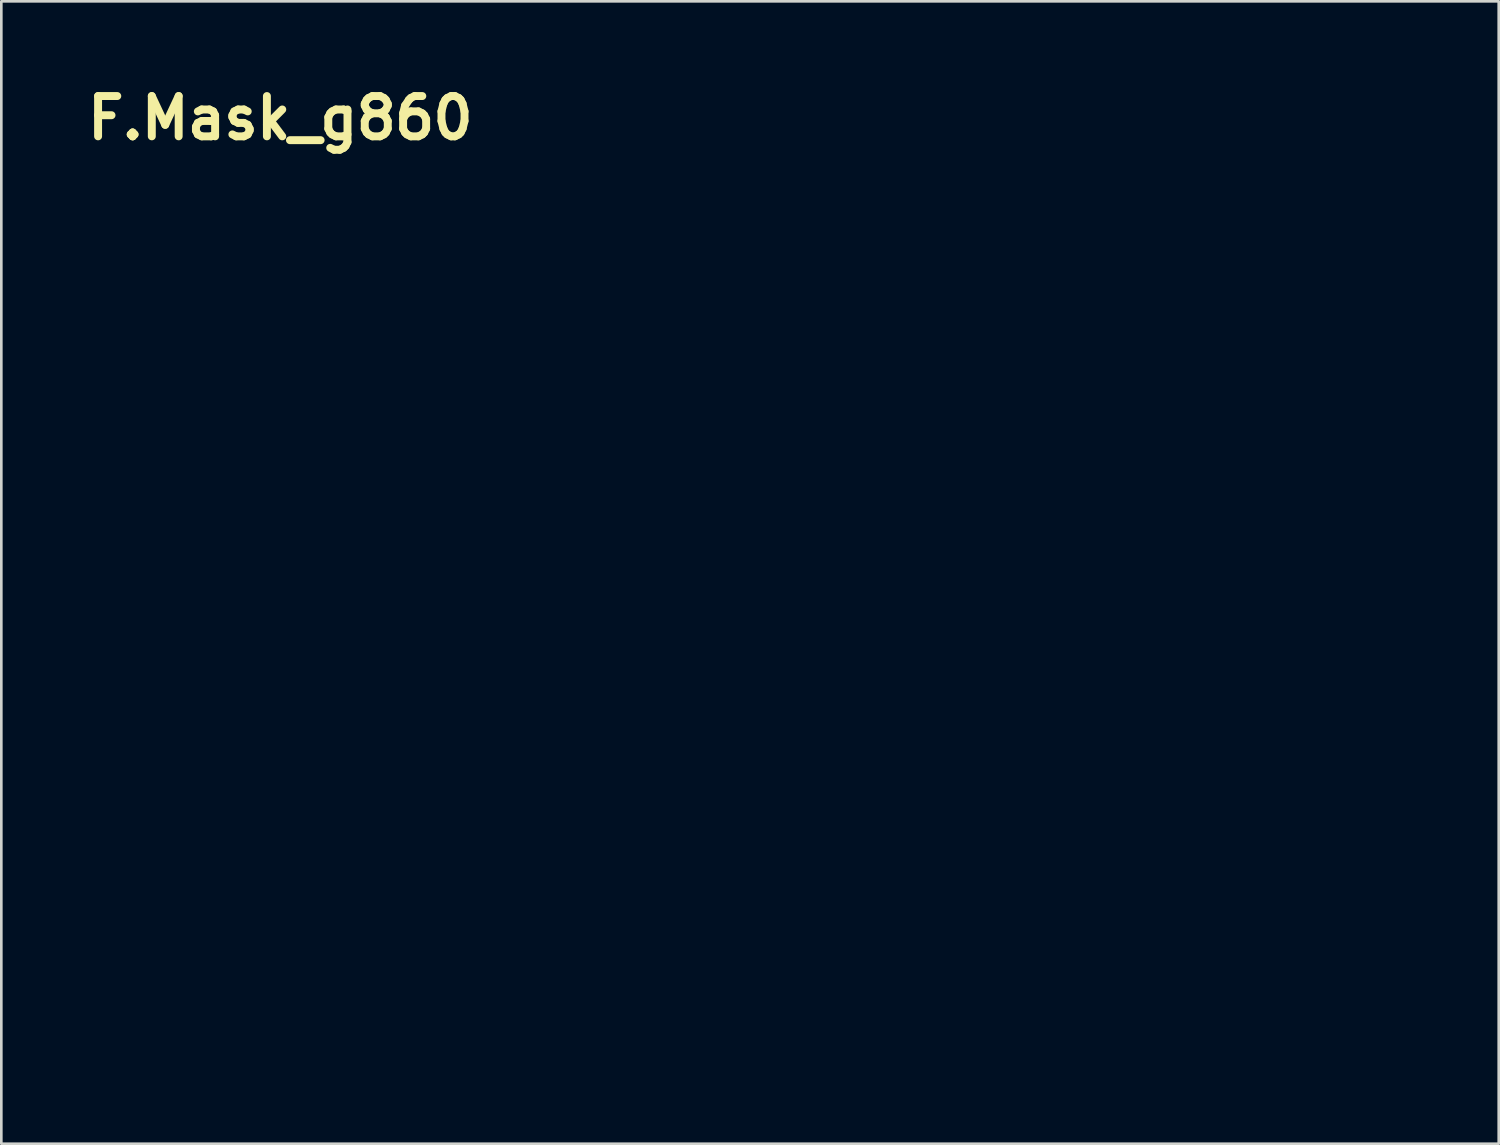
<source format=kicad_pcb>
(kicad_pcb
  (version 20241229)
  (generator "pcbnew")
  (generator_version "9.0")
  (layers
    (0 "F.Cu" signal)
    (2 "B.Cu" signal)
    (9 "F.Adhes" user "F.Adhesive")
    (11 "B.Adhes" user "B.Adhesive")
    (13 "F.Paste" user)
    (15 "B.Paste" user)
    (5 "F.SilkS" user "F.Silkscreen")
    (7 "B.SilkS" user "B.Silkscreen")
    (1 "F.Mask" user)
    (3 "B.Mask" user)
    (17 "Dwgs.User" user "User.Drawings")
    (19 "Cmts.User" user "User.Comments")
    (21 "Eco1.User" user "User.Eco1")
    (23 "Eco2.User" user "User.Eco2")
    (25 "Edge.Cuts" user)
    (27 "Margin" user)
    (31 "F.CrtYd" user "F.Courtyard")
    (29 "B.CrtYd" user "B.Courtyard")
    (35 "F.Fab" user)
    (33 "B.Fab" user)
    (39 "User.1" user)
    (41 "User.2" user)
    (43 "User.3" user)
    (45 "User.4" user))
  (footprint "F.Mask_g860"
    (layer "F.Cu")
    (at 7.555 1.418)
    (property "Reference" "F.Mask_g860" (at 0 0 0) (layer "F.SilkS") (effects (font (size 1.524 1.524) (thickness 0.3))))
    (attr through_hole)
    (fp_poly (pts (xy 40.315 13.859) (xy 40.413 13.903) (xy 40.52 13.97) (xy 40.608 14.041) (xy 40.652 14.083) (xy 40.665 14.108) (xy 40.646 14.116) (xy 40.592 14.108) (xy 40.501 14.085) (xy 40.494 14.083) (xy 40.367 14.029) (xy 40.284 13.969) (xy 40.231 13.924) (xy 40.189 13.894) (xy 40.171 13.885) (xy 40.154 13.869) (xy 40.153 13.864) (xy 40.172 13.851) (xy 40.218 13.844) (xy 40.233 13.843) (xy 40.315 13.859)) (stroke (width 0.01) (type solid)) (fill yes) (layer "F.Mask"))
    (fp_poly (pts (xy 5.39 23.114) (xy 5.459 23.159) (xy 5.537 23.224) (xy 5.617 23.304) (xy 5.693 23.395) (xy 5.705 23.412) (xy 5.754 23.48) (xy 5.776 23.521) (xy 5.77 23.536) (xy 5.734 23.524) (xy 5.665 23.489) (xy 5.614 23.46) (xy 5.534 23.408) (xy 5.474 23.356) (xy 5.449 23.324) (xy 5.415 23.269) (xy 5.368 23.206) (xy 5.352 23.188) (xy 5.316 23.141) (xy 5.298 23.108) (xy 5.298 23.1) (xy 5.334 23.092) (xy 5.39 23.114)) (stroke (width 0.01) (type solid)) (fill yes) (layer "F.Mask"))
    (fp_poly (pts (xy 40.982 16.738) (xy 41.039 16.758) (xy 41.105 16.79) (xy 41.174 16.836) (xy 41.188 16.847) (xy 41.244 16.896) (xy 41.298 16.951) (xy 41.343 17.004) (xy 41.374 17.048) (xy 41.385 17.075) (xy 41.377 17.08) (xy 41.344 17.071) (xy 41.285 17.051) (xy 41.225 17.027) (xy 41.153 16.993) (xy 41.094 16.955) (xy 41.067 16.929) (xy 41.03 16.884) (xy 40.979 16.83) (xy 40.963 16.814) (xy 40.925 16.771) (xy 40.919 16.744) (xy 40.94 16.733) (xy 40.982 16.738)) (stroke (width 0.01) (type solid)) (fill yes) (layer "F.Mask"))
    (fp_poly (pts (xy 41.285 18.756) (xy 41.355 18.799) (xy 41.431 18.86) (xy 41.434 18.863) (xy 41.496 18.924) (xy 41.552 18.989) (xy 41.598 19.049) (xy 41.627 19.096) (xy 41.633 19.122) (xy 41.632 19.123) (xy 41.611 19.118) (xy 41.562 19.097) (xy 41.495 19.065) (xy 41.481 19.058) (xy 41.413 19.021) (xy 41.362 18.99) (xy 41.339 18.97) (xy 41.339 18.968) (xy 41.327 18.943) (xy 41.296 18.896) (xy 41.262 18.851) (xy 41.223 18.796) (xy 41.2 18.756) (xy 41.196 18.741) (xy 41.23 18.735) (xy 41.285 18.756)) (stroke (width 0.01) (type solid)) (fill yes) (layer "F.Mask"))
    (fp_poly (pts (xy 13.21 25.46) (xy 13.284 25.472) (xy 13.387 25.493) (xy 13.524 25.522) (xy 13.573 25.533) (xy 14.002 25.629) (xy 15.166 26.173) (xy 15.374 26.27) (xy 15.57 26.361) (xy 15.751 26.446) (xy 15.913 26.523) (xy 16.055 26.589) (xy 16.171 26.644) (xy 16.259 26.685) (xy 16.315 26.712) (xy 16.337 26.723) (xy 16.337 26.723) (xy 16.331 26.743) (xy 16.31 26.794) (xy 16.276 26.868) (xy 16.234 26.957) (xy 16.231 26.963) (xy 16.118 27.197) (xy 14.944 26.647) (xy 13.769 26.098) (xy 13.43 25.838) (xy 13.304 25.74) (xy 13.209 25.663) (xy 13.143 25.603) (xy 13.103 25.557) (xy 13.085 25.521) (xy 13.088 25.492) (xy 13.108 25.468) (xy 13.111 25.465) (xy 13.129 25.457) (xy 13.16 25.455) (xy 13.21 25.46)) (stroke (width 0.01) (type solid)) (fill yes) (layer "F.Mask"))
    (fp_poly (pts (xy 35.064 25.457) (xy 35.083 25.463) (xy 35.084 25.464) (xy 35.109 25.49) (xy 35.118 25.517) (xy 35.108 25.55) (xy 35.076 25.592) (xy 35.019 25.646) (xy 34.935 25.716) (xy 34.82 25.805) (xy 34.774 25.841) (xy 34.432 26.101) (xy 33.276 26.641) (xy 33.069 26.738) (xy 32.873 26.83) (xy 32.691 26.915) (xy 32.528 26.991) (xy 32.386 27.057) (xy 32.268 27.112) (xy 32.179 27.153) (xy 32.122 27.18) (xy 32.099 27.191) (xy 32.099 27.191) (xy 32.082 27.176) (xy 32.053 27.13) (xy 32.014 27.059) (xy 31.97 26.971) (xy 31.967 26.963) (xy 31.925 26.873) (xy 31.891 26.797) (xy 31.869 26.745) (xy 31.861 26.723) (xy 31.861 26.723) (xy 31.881 26.713) (xy 31.935 26.688) (xy 32.022 26.647) (xy 32.137 26.594) (xy 32.277 26.528) (xy 32.438 26.453) (xy 32.618 26.369) (xy 32.814 26.278) (xy 33.021 26.181) (xy 33.031 26.176) (xy 34.196 25.634) (xy 34.625 25.536) (xy 34.775 25.502) (xy 34.889 25.478) (xy 34.971 25.463) (xy 35.028 25.456) (xy 35.064 25.457)) (stroke (width 0.01) (type solid)) (fill yes) (layer "F.Mask"))
    (fp_poly (pts (xy 5.857 22.224) (xy 5.898 22.254) (xy 5.949 22.3) (xy 6.002 22.355) (xy 6.03 22.393) (xy 6.038 22.426) (xy 6.033 22.467) (xy 6.031 22.474) (xy 6.023 22.598) (xy 6.055 22.712) (xy 6.127 22.814) (xy 6.237 22.903) (xy 6.338 22.957) (xy 6.44 22.994) (xy 6.555 23.018) (xy 6.67 23.029) (xy 6.77 23.025) (xy 6.834 23.01) (xy 6.903 22.963) (xy 6.936 22.9) (xy 6.933 22.824) (xy 6.894 22.738) (xy 6.821 22.647) (xy 6.782 22.61) (xy 6.72 22.55) (xy 6.689 22.509) (xy 6.688 22.49) (xy 6.736 22.482) (xy 6.797 22.509) (xy 6.874 22.572) (xy 6.933 22.631) (xy 7.026 22.745) (xy 7.096 22.858) (xy 7.141 22.963) (xy 7.154 23.042) (xy 7.137 23.114) (xy 7.094 23.185) (xy 7.035 23.236) (xy 7.031 23.239) (xy 6.95 23.263) (xy 6.845 23.27) (xy 6.728 23.258) (xy 6.697 23.252) (xy 6.529 23.198) (xy 6.363 23.113) (xy 6.206 23.003) (xy 6.067 22.876) (xy 5.953 22.737) (xy 5.873 22.593) (xy 5.863 22.568) (xy 5.842 22.496) (xy 5.828 22.412) (xy 5.821 22.33) (xy 5.822 22.262) (xy 5.833 22.221) (xy 5.835 22.217) (xy 5.857 22.224)) (stroke (width 0.01) (type solid)) (fill yes) (layer "F.Mask"))
    (fp_poly (pts (xy 41.466 25.142) (xy 41.494 25.185) (xy 41.522 25.238) (xy 41.543 25.288) (xy 41.55 25.318) (xy 41.537 25.351) (xy 41.505 25.392) (xy 41.464 25.461) (xy 41.457 25.537) (xy 41.482 25.606) (xy 41.514 25.64) (xy 41.573 25.685) (xy 41.786 25.612) (xy 41.883 25.581) (xy 41.975 25.556) (xy 42.047 25.541) (xy 42.078 25.539) (xy 42.17 25.558) (xy 42.252 25.612) (xy 42.321 25.694) (xy 42.377 25.797) (xy 42.416 25.914) (xy 42.437 26.037) (xy 42.437 26.16) (xy 42.414 26.276) (xy 42.366 26.378) (xy 42.346 26.405) (xy 42.294 26.469) (xy 42.262 26.394) (xy 42.228 26.306) (xy 42.214 26.248) (xy 42.219 26.21) (xy 42.243 26.186) (xy 42.249 26.183) (xy 42.294 26.14) (xy 42.331 26.07) (xy 42.352 25.99) (xy 42.355 25.954) (xy 42.336 25.886) (xy 42.299 25.837) (xy 42.248 25.797) (xy 42.192 25.778) (xy 42.121 25.78) (xy 42.027 25.802) (xy 41.93 25.833) (xy 41.808 25.872) (xy 41.714 25.89) (xy 41.638 25.886) (xy 41.573 25.86) (xy 41.509 25.811) (xy 41.426 25.709) (xy 41.377 25.584) (xy 41.363 25.435) (xy 41.365 25.381) (xy 41.377 25.285) (xy 41.396 25.205) (xy 41.42 25.148) (xy 41.445 25.125) (xy 41.447 25.125) (xy 41.466 25.142)) (stroke (width 0.01) (type solid)) (fill yes) (layer "F.Mask"))
    (fp_poly (pts (xy 7.18 26.969) (xy 7.354 27.019) (xy 7.504 27.081) (xy 7.697 27.185) (xy 7.854 27.295) (xy 7.975 27.409) (xy 8.056 27.527) (xy 8.097 27.645) (xy 8.095 27.736) (xy 8.058 27.808) (xy 7.983 27.86) (xy 7.871 27.893) (xy 7.789 27.904) (xy 7.71 27.908) (xy 7.638 27.907) (xy 7.609 27.905) (xy 7.453 27.869) (xy 7.285 27.807) (xy 7.118 27.727) (xy 6.968 27.634) (xy 6.906 27.588) (xy 6.806 27.491) (xy 6.731 27.389) (xy 6.696 27.314) (xy 6.878 27.314) (xy 6.881 27.387) (xy 6.914 27.462) (xy 6.976 27.534) (xy 7.062 27.6) (xy 7.172 27.652) (xy 7.205 27.664) (xy 7.321 27.69) (xy 7.454 27.703) (xy 7.586 27.702) (xy 7.702 27.687) (xy 7.734 27.679) (xy 7.799 27.649) (xy 7.852 27.606) (xy 7.858 27.598) (xy 7.885 27.555) (xy 7.888 27.513) (xy 7.875 27.466) (xy 7.827 27.384) (xy 7.744 27.306) (xy 7.632 27.24) (xy 7.578 27.216) (xy 7.491 27.191) (xy 7.382 27.175) (xy 7.264 27.167) (xy 7.15 27.168) (xy 7.051 27.178) (xy 6.98 27.197) (xy 6.975 27.199) (xy 6.909 27.25) (xy 6.878 27.314) (xy 6.696 27.314) (xy 6.682 27.287) (xy 6.661 27.19) (xy 6.669 27.104) (xy 6.706 27.034) (xy 6.757 26.996) (xy 6.876 26.957) (xy 7.018 26.948) (xy 7.18 26.969)) (stroke (width 0.01) (type solid)) (fill yes) (layer "F.Mask"))
    (fp_poly (pts (xy 41.704 13.79) (xy 41.775 13.819) (xy 41.856 13.86) (xy 41.936 13.906) (xy 42.002 13.951) (xy 42.013 13.961) (xy 42.081 14.03) (xy 42.121 14.097) (xy 42.13 14.155) (xy 42.108 14.197) (xy 42.078 14.214) (xy 42.046 14.216) (xy 41.978 14.215) (xy 41.881 14.211) (xy 41.762 14.205) (xy 41.627 14.196) (xy 41.55 14.19) (xy 41.411 14.181) (xy 41.286 14.173) (xy 41.181 14.168) (xy 41.103 14.165) (xy 41.058 14.166) (xy 41.049 14.168) (xy 41.049 14.193) (xy 41.082 14.229) (xy 41.141 14.271) (xy 41.212 14.309) (xy 41.27 14.339) (xy 41.308 14.364) (xy 41.317 14.376) (xy 41.3 14.39) (xy 41.256 14.392) (xy 41.199 14.381) (xy 41.143 14.361) (xy 41.137 14.358) (xy 41.032 14.294) (xy 40.942 14.225) (xy 40.873 14.155) (xy 40.83 14.09) (xy 40.819 14.036) (xy 40.822 14.025) (xy 40.836 14.005) (xy 40.864 13.991) (xy 40.91 13.983) (xy 40.98 13.979) (xy 41.077 13.98) (xy 41.205 13.985) (xy 41.37 13.995) (xy 41.423 13.999) (xy 41.558 14.008) (xy 41.678 14.014) (xy 41.778 14.019) (xy 41.851 14.021) (xy 41.89 14.02) (xy 41.895 14.019) (xy 41.898 13.998) (xy 41.871 13.964) (xy 41.822 13.924) (xy 41.759 13.886) (xy 41.717 13.865) (xy 41.651 13.832) (xy 41.618 13.804) (xy 41.62 13.786) (xy 41.657 13.78) (xy 41.704 13.79)) (stroke (width 0.01) (type solid)) (fill yes) (layer "F.Mask"))
    (fp_poly (pts (xy 6.073 24.087) (xy 6.115 24.119) (xy 6.149 24.151) (xy 6.195 24.201) (xy 6.216 24.235) (xy 6.218 24.27) (xy 6.206 24.316) (xy 6.193 24.419) (xy 6.201 24.467) (xy 6.232 24.544) (xy 6.271 24.588) (xy 6.322 24.598) (xy 6.39 24.574) (xy 6.476 24.517) (xy 6.559 24.447) (xy 6.661 24.36) (xy 6.741 24.301) (xy 6.808 24.266) (xy 6.868 24.252) (xy 6.93 24.256) (xy 6.983 24.269) (xy 7.083 24.316) (xy 7.184 24.395) (xy 7.274 24.494) (xy 7.345 24.605) (xy 7.347 24.61) (xy 7.374 24.685) (xy 7.394 24.776) (xy 7.406 24.871) (xy 7.408 24.955) (xy 7.399 25.016) (xy 7.394 25.027) (xy 7.379 25.042) (xy 7.356 25.035) (xy 7.317 25.002) (xy 7.283 24.967) (xy 7.191 24.874) (xy 7.227 24.796) (xy 7.254 24.704) (xy 7.25 24.643) (xy 7.222 24.57) (xy 7.171 24.505) (xy 7.111 24.461) (xy 7.06 24.448) (xy 6.981 24.463) (xy 6.903 24.504) (xy 6.856 24.545) (xy 6.826 24.576) (xy 6.773 24.624) (xy 6.709 24.679) (xy 6.703 24.684) (xy 6.634 24.739) (xy 6.582 24.77) (xy 6.535 24.783) (xy 6.492 24.786) (xy 6.38 24.765) (xy 6.276 24.709) (xy 6.185 24.622) (xy 6.111 24.51) (xy 6.06 24.381) (xy 6.034 24.239) (xy 6.032 24.191) (xy 6.036 24.129) (xy 6.045 24.088) (xy 6.05 24.079) (xy 6.073 24.087)) (stroke (width 0.01) (type solid)) (fill yes) (layer "F.Mask"))
    (fp_poly (pts (xy 41.002 14.413) (xy 41.072 14.447) (xy 41.095 14.461) (xy 41.161 14.505) (xy 41.197 14.54) (xy 41.21 14.575) (xy 41.211 14.588) (xy 41.232 14.658) (xy 41.292 14.733) (xy 41.388 14.809) (xy 41.454 14.848) (xy 41.594 14.919) (xy 41.734 14.97) (xy 41.886 15.006) (xy 42.065 15.032) (xy 42.074 15.032) (xy 42.315 15.058) (xy 42.367 15.145) (xy 42.402 15.21) (xy 42.414 15.245) (xy 42.402 15.257) (xy 42.366 15.254) (xy 42.36 15.253) (xy 42.309 15.245) (xy 42.227 15.235) (xy 42.123 15.224) (xy 42.004 15.213) (xy 41.876 15.201) (xy 41.747 15.191) (xy 41.625 15.182) (xy 41.516 15.174) (xy 41.429 15.169) (xy 41.37 15.168) (xy 41.349 15.169) (xy 41.33 15.182) (xy 41.338 15.205) (xy 41.364 15.235) (xy 41.414 15.276) (xy 41.482 15.317) (xy 41.504 15.327) (xy 41.555 15.354) (xy 41.581 15.379) (xy 41.582 15.388) (xy 41.546 15.408) (xy 41.486 15.399) (xy 41.407 15.362) (xy 41.37 15.338) (xy 41.287 15.275) (xy 41.212 15.206) (xy 41.152 15.138) (xy 41.114 15.08) (xy 41.106 15.049) (xy 41.123 15.008) (xy 41.176 14.982) (xy 41.265 14.972) (xy 41.39 14.976) (xy 41.561 14.989) (xy 41.449 14.935) (xy 41.269 14.839) (xy 41.129 14.743) (xy 41.029 14.645) (xy 40.967 14.546) (xy 40.948 14.485) (xy 40.943 14.431) (xy 40.96 14.408) (xy 41.002 14.413)) (stroke (width 0.01) (type solid)) (fill yes) (layer "F.Mask"))
    (fp_poly (pts (xy 42.468 16.898) (xy 42.551 16.953) (xy 42.657 17.041) (xy 42.663 17.046) (xy 42.748 17.132) (xy 42.804 17.211) (xy 42.83 17.279) (xy 42.824 17.331) (xy 42.785 17.365) (xy 42.778 17.367) (xy 42.759 17.37) (xy 42.728 17.369) (xy 42.682 17.363) (xy 42.615 17.352) (xy 42.524 17.334) (xy 42.403 17.309) (xy 42.248 17.276) (xy 42.123 17.249) (xy 42.014 17.226) (xy 41.917 17.207) (xy 41.841 17.194) (xy 41.794 17.188) (xy 41.789 17.187) (xy 41.754 17.192) (xy 41.754 17.214) (xy 41.762 17.23) (xy 41.792 17.265) (xy 41.845 17.31) (xy 41.889 17.341) (xy 41.945 17.38) (xy 41.983 17.412) (xy 41.994 17.425) (xy 41.979 17.442) (xy 41.938 17.439) (xy 41.882 17.421) (xy 41.824 17.389) (xy 41.813 17.38) (xy 41.71 17.296) (xy 41.63 17.214) (xy 41.576 17.138) (xy 41.548 17.073) (xy 41.548 17.021) (xy 41.579 16.988) (xy 41.641 16.977) (xy 41.682 16.981) (xy 41.757 16.993) (xy 41.858 17.011) (xy 41.979 17.034) (xy 42.113 17.061) (xy 42.153 17.069) (xy 42.285 17.095) (xy 42.403 17.118) (xy 42.501 17.136) (xy 42.571 17.148) (xy 42.609 17.152) (xy 42.614 17.151) (xy 42.619 17.129) (xy 42.596 17.092) (xy 42.551 17.046) (xy 42.493 16.998) (xy 42.429 16.956) (xy 42.368 16.926) (xy 42.357 16.909) (xy 42.371 16.889) (xy 42.408 16.877) (xy 42.468 16.898)) (stroke (width 0.01) (type solid)) (fill yes) (layer "F.Mask"))
    (fp_poly (pts (xy 6.351 25.694) (xy 6.398 25.722) (xy 6.458 25.766) (xy 6.464 25.772) (xy 6.534 25.834) (xy 6.572 25.882) (xy 6.583 25.921) (xy 6.601 26.007) (xy 6.658 26.092) (xy 6.753 26.177) (xy 6.889 26.263) (xy 6.955 26.298) (xy 7.118 26.368) (xy 7.29 26.416) (xy 7.484 26.444) (xy 7.526 26.448) (xy 7.697 26.462) (xy 7.755 26.558) (xy 7.786 26.613) (xy 7.804 26.651) (xy 7.806 26.661) (xy 7.783 26.661) (xy 7.726 26.657) (xy 7.639 26.65) (xy 7.53 26.64) (xy 7.405 26.627) (xy 7.397 26.626) (xy 7.202 26.607) (xy 7.046 26.591) (xy 6.923 26.579) (xy 6.831 26.571) (xy 6.766 26.567) (xy 6.723 26.566) (xy 6.699 26.567) (xy 6.689 26.571) (xy 6.689 26.573) (xy 6.709 26.625) (xy 6.767 26.683) (xy 6.848 26.736) (xy 6.916 26.779) (xy 6.947 26.812) (xy 6.941 26.833) (xy 6.903 26.839) (xy 6.865 26.828) (xy 6.808 26.801) (xy 6.767 26.776) (xy 6.682 26.716) (xy 6.601 26.645) (xy 6.532 26.573) (xy 6.483 26.509) (xy 6.465 26.47) (xy 6.458 26.418) (xy 6.473 26.383) (xy 6.515 26.363) (xy 6.587 26.356) (xy 6.696 26.359) (xy 6.708 26.36) (xy 6.908 26.373) (xy 6.746 26.273) (xy 6.6 26.172) (xy 6.48 26.07) (xy 6.391 25.971) (xy 6.347 25.898) (xy 6.32 25.821) (xy 6.309 25.752) (xy 6.315 25.702) (xy 6.327 25.687) (xy 6.351 25.694)) (stroke (width 0.01) (type solid)) (fill yes) (layer "F.Mask"))
    (fp_poly (pts (xy 6.841 23.382) (xy 6.899 23.413) (xy 6.97 23.464) (xy 7.047 23.53) (xy 7.123 23.604) (xy 7.144 23.627) (xy 7.197 23.689) (xy 7.226 23.736) (xy 7.236 23.778) (xy 7.235 23.811) (xy 7.226 23.863) (xy 7.203 23.886) (xy 7.171 23.893) (xy 7.135 23.89) (xy 7.064 23.878) (xy 6.965 23.858) (xy 6.845 23.832) (xy 6.711 23.801) (xy 6.633 23.782) (xy 6.497 23.749) (xy 6.375 23.72) (xy 6.273 23.698) (xy 6.196 23.682) (xy 6.151 23.675) (xy 6.142 23.675) (xy 6.144 23.7) (xy 6.173 23.742) (xy 6.219 23.794) (xy 6.277 23.846) (xy 6.303 23.865) (xy 6.363 23.913) (xy 6.387 23.942) (xy 6.377 23.957) (xy 6.341 23.961) (xy 6.292 23.944) (xy 6.221 23.895) (xy 6.16 23.841) (xy 6.061 23.741) (xy 5.99 23.649) (xy 5.948 23.57) (xy 5.937 23.506) (xy 5.957 23.461) (xy 5.997 23.441) (xy 6.037 23.441) (xy 6.106 23.451) (xy 6.192 23.469) (xy 6.244 23.482) (xy 6.44 23.533) (xy 6.599 23.573) (xy 6.725 23.605) (xy 6.823 23.629) (xy 6.896 23.645) (xy 6.948 23.655) (xy 6.983 23.66) (xy 7.005 23.661) (xy 7.011 23.66) (xy 7.037 23.654) (xy 7.04 23.641) (xy 7.019 23.611) (xy 6.991 23.578) (xy 6.931 23.522) (xy 6.866 23.473) (xy 6.849 23.463) (xy 6.792 23.427) (xy 6.775 23.4) (xy 6.796 23.379) (xy 6.805 23.376) (xy 6.841 23.382)) (stroke (width 0.01) (type solid)) (fill yes) (layer "F.Mask"))
    (fp_poly (pts (xy 42.716 19.045) (xy 42.791 19.101) (xy 42.881 19.186) (xy 42.913 19.22) (xy 42.988 19.313) (xy 43.036 19.398) (xy 43.054 19.468) (xy 43.043 19.514) (xy 43.022 19.53) (xy 42.981 19.535) (xy 42.917 19.528) (xy 42.826 19.508) (xy 42.704 19.474) (xy 42.548 19.427) (xy 42.503 19.413) (xy 42.342 19.362) (xy 42.217 19.323) (xy 42.124 19.296) (xy 42.058 19.278) (xy 42.014 19.27) (xy 41.988 19.269) (xy 41.976 19.275) (xy 41.974 19.285) (xy 41.988 19.312) (xy 42.025 19.355) (xy 42.074 19.405) (xy 42.125 19.452) (xy 42.167 19.485) (xy 42.188 19.494) (xy 42.206 19.511) (xy 42.206 19.516) (xy 42.188 19.531) (xy 42.151 19.537) (xy 42.109 19.525) (xy 42.054 19.487) (xy 41.982 19.419) (xy 41.974 19.41) (xy 41.885 19.308) (xy 41.824 19.22) (xy 41.793 19.146) (xy 41.793 19.092) (xy 41.823 19.059) (xy 41.872 19.05) (xy 41.901 19.052) (xy 41.937 19.057) (xy 41.986 19.068) (xy 42.053 19.085) (xy 42.142 19.111) (xy 42.258 19.145) (xy 42.406 19.19) (xy 42.541 19.232) (xy 42.648 19.264) (xy 42.739 19.292) (xy 42.808 19.313) (xy 42.847 19.324) (xy 42.854 19.325) (xy 42.865 19.313) (xy 42.851 19.28) (xy 42.818 19.234) (xy 42.77 19.182) (xy 42.715 19.131) (xy 42.659 19.088) (xy 42.639 19.076) (xy 42.612 19.052) (xy 42.622 19.028) (xy 42.623 19.027) (xy 42.659 19.02) (xy 42.716 19.045)) (stroke (width 0.01) (type solid)) (fill yes) (layer "F.Mask"))
    (fp_poly (pts (xy 7.931 29.393) (xy 8.146 29.448) (xy 8.353 29.531) (xy 8.548 29.638) (xy 8.724 29.765) (xy 8.874 29.91) (xy 8.991 30.07) (xy 9.019 30.12) (xy 9.073 30.258) (xy 9.094 30.388) (xy 9.08 30.504) (xy 9.04 30.59) (xy 8.948 30.688) (xy 8.824 30.767) (xy 8.675 30.825) (xy 8.505 30.86) (xy 8.323 30.871) (xy 8.174 30.86) (xy 7.956 30.814) (xy 7.749 30.74) (xy 7.555 30.639) (xy 7.382 30.516) (xy 7.232 30.374) (xy 7.112 30.218) (xy 7.034 30.066) (xy 7.179 30.066) (xy 7.211 30.186) (xy 7.216 30.198) (xy 7.295 30.321) (xy 7.408 30.428) (xy 7.549 30.516) (xy 7.713 30.583) (xy 7.894 30.626) (xy 8.087 30.644) (xy 8.286 30.634) (xy 8.34 30.627) (xy 8.505 30.588) (xy 8.644 30.529) (xy 8.754 30.454) (xy 8.833 30.366) (xy 8.878 30.267) (xy 8.887 30.162) (xy 8.856 30.052) (xy 8.849 30.039) (xy 8.764 29.916) (xy 8.643 29.811) (xy 8.493 29.725) (xy 8.317 29.662) (xy 8.121 29.624) (xy 7.926 29.612) (xy 7.73 29.623) (xy 7.56 29.655) (xy 7.418 29.706) (xy 7.307 29.774) (xy 7.229 29.858) (xy 7.185 29.956) (xy 7.179 30.066) (xy 7.034 30.066) (xy 7.026 30.051) (xy 6.995 29.956) (xy 6.977 29.816) (xy 6.996 29.692) (xy 7.053 29.587) (xy 7.146 29.5) (xy 7.275 29.434) (xy 7.439 29.389) (xy 7.511 29.377) (xy 7.718 29.368) (xy 7.931 29.393)) (stroke (width 0.01) (type solid)) (fill yes) (layer "F.Mask"))
    (fp_poly (pts (xy 40.96 27.339) (xy 41.036 27.381) (xy 41.119 27.458) (xy 41.124 27.463) (xy 41.217 27.595) (xy 41.286 27.755) (xy 41.333 27.945) (xy 41.354 28.099) (xy 41.37 28.268) (xy 41.447 28.287) (xy 41.513 28.296) (xy 41.573 28.293) (xy 41.576 28.293) (xy 41.63 28.259) (xy 41.663 28.196) (xy 41.673 28.111) (xy 41.662 28.012) (xy 41.628 27.904) (xy 41.604 27.854) (xy 41.576 27.794) (xy 41.559 27.75) (xy 41.558 27.734) (xy 41.588 27.728) (xy 41.624 27.757) (xy 41.663 27.813) (xy 41.703 27.89) (xy 41.74 27.98) (xy 41.771 28.078) (xy 41.793 28.175) (xy 41.804 28.266) (xy 41.804 28.284) (xy 41.79 28.389) (xy 41.75 28.477) (xy 41.69 28.536) (xy 41.68 28.542) (xy 41.616 28.567) (xy 41.555 28.57) (xy 41.476 28.552) (xy 41.368 28.5) (xy 41.256 28.412) (xy 41.144 28.293) (xy 41.037 28.147) (xy 40.94 27.981) (xy 40.924 27.949) (xy 40.853 27.789) (xy 40.827 27.71) (xy 40.915 27.71) (xy 40.93 27.78) (xy 40.971 27.868) (xy 41.033 27.965) (xy 41.1 28.047) (xy 41.159 28.107) (xy 41.199 28.132) (xy 41.225 28.12) (xy 41.241 28.07) (xy 41.248 28.016) (xy 41.245 27.888) (xy 41.21 27.766) (xy 41.147 27.663) (xy 41.137 27.652) (xy 41.069 27.599) (xy 41.007 27.581) (xy 40.956 27.599) (xy 40.924 27.649) (xy 40.915 27.71) (xy 40.827 27.71) (xy 40.809 27.656) (xy 40.793 27.543) (xy 40.802 27.448) (xy 40.806 27.434) (xy 40.842 27.366) (xy 40.894 27.334) (xy 40.96 27.339)) (stroke (width 0.01) (type solid)) (fill yes) (layer "F.Mask"))
    (fp_poly (pts (xy 5.815 19.596) (xy 5.849 19.636) (xy 5.874 19.67) (xy 5.903 19.714) (xy 5.922 19.756) (xy 5.934 19.807) (xy 5.942 19.877) (xy 5.948 19.979) (xy 5.958 20.198) (xy 6.318 20.332) (xy 6.44 20.376) (xy 6.553 20.414) (xy 6.65 20.444) (xy 6.722 20.462) (xy 6.757 20.467) (xy 6.81 20.465) (xy 6.832 20.45) (xy 6.837 20.413) (xy 6.837 20.408) (xy 6.817 20.341) (xy 6.759 20.259) (xy 6.753 20.252) (xy 6.703 20.19) (xy 6.685 20.151) (xy 6.697 20.133) (xy 6.722 20.13) (xy 6.757 20.146) (xy 6.806 20.19) (xy 6.86 20.252) (xy 6.912 20.322) (xy 6.954 20.392) (xy 6.954 20.393) (xy 6.995 20.498) (xy 7.003 20.581) (xy 6.976 20.645) (xy 6.964 20.659) (xy 6.924 20.686) (xy 6.872 20.698) (xy 6.802 20.692) (xy 6.705 20.67) (xy 6.577 20.631) (xy 6.572 20.629) (xy 6.452 20.588) (xy 6.317 20.541) (xy 6.19 20.496) (xy 6.154 20.482) (xy 5.948 20.406) (xy 5.947 20.548) (xy 5.946 20.69) (xy 5.863 20.596) (xy 5.806 20.52) (xy 5.779 20.451) (xy 5.774 20.42) (xy 5.768 20.373) (xy 5.751 20.342) (xy 5.714 20.318) (xy 5.653 20.292) (xy 5.588 20.263) (xy 5.549 20.235) (xy 5.526 20.195) (xy 5.509 20.143) (xy 5.494 20.082) (xy 5.489 20.04) (xy 5.491 20.029) (xy 5.514 20.031) (xy 5.566 20.046) (xy 5.634 20.071) (xy 5.635 20.072) (xy 5.768 20.125) (xy 5.774 19.852) (xy 5.777 19.75) (xy 5.782 19.666) (xy 5.788 19.606) (xy 5.794 19.58) (xy 5.795 19.58) (xy 5.815 19.596)) (stroke (width 0.01) (type solid)) (fill yes) (layer "F.Mask"))
    (fp_poly (pts (xy 41.803 23.565) (xy 41.885 23.594) (xy 41.968 23.643) (xy 42.045 23.708) (xy 42.082 23.751) (xy 42.157 23.867) (xy 42.226 24.006) (xy 42.281 24.15) (xy 42.304 24.23) (xy 42.324 24.304) (xy 42.344 24.361) (xy 42.361 24.389) (xy 42.361 24.389) (xy 42.398 24.399) (xy 42.455 24.405) (xy 42.466 24.405) (xy 42.549 24.389) (xy 42.603 24.342) (xy 42.628 24.266) (xy 42.63 24.237) (xy 42.624 24.16) (xy 42.604 24.092) (xy 42.563 24.02) (xy 42.516 23.954) (xy 42.465 23.884) (xy 42.443 23.84) (xy 42.447 23.818) (xy 42.469 23.812) (xy 42.506 23.831) (xy 42.555 23.881) (xy 42.611 23.957) (xy 42.669 24.052) (xy 42.706 24.122) (xy 42.75 24.219) (xy 42.774 24.299) (xy 42.782 24.379) (xy 42.782 24.391) (xy 42.769 24.506) (xy 42.729 24.589) (xy 42.663 24.64) (xy 42.572 24.657) (xy 42.457 24.64) (xy 42.386 24.616) (xy 42.268 24.556) (xy 42.147 24.468) (xy 42.028 24.359) (xy 41.916 24.236) (xy 41.818 24.106) (xy 41.738 23.975) (xy 41.697 23.881) (xy 41.804 23.881) (xy 41.821 23.95) (xy 41.867 24.032) (xy 41.935 24.12) (xy 42.019 24.202) (xy 42.1 24.264) (xy 42.146 24.291) (xy 42.171 24.292) (xy 42.182 24.26) (xy 42.185 24.191) (xy 42.185 24.188) (xy 42.168 24.067) (xy 42.123 23.956) (xy 42.056 23.864) (xy 41.972 23.799) (xy 41.916 23.778) (xy 41.86 23.782) (xy 41.82 23.819) (xy 41.804 23.881) (xy 41.697 23.881) (xy 41.683 23.85) (xy 41.657 23.739) (xy 41.656 23.713) (xy 41.661 23.647) (xy 41.673 23.597) (xy 41.681 23.584) (xy 41.732 23.561) (xy 41.803 23.565)) (stroke (width 0.01) (type solid)) (fill yes) (layer "F.Mask"))
    (fp_poly (pts (xy 40.178 29.483) (xy 40.252 29.534) (xy 40.322 29.611) (xy 40.375 29.697) (xy 40.421 29.811) (xy 40.457 29.95) (xy 40.48 30.096) (xy 40.487 30.231) (xy 40.485 30.283) (xy 40.479 30.357) (xy 40.482 30.402) (xy 40.495 30.428) (xy 40.519 30.447) (xy 40.599 30.487) (xy 40.665 30.492) (xy 40.725 30.46) (xy 40.745 30.441) (xy 40.784 30.396) (xy 40.803 30.35) (xy 40.809 30.285) (xy 40.809 30.265) (xy 40.788 30.122) (xy 40.756 30.039) (xy 40.724 29.97) (xy 40.709 29.931) (xy 40.708 29.913) (xy 40.721 29.909) (xy 40.735 29.909) (xy 40.776 29.928) (xy 40.814 29.982) (xy 40.849 30.063) (xy 40.877 30.161) (xy 40.898 30.269) (xy 40.91 30.379) (xy 40.911 30.484) (xy 40.899 30.573) (xy 40.886 30.615) (xy 40.833 30.697) (xy 40.759 30.743) (xy 40.67 30.754) (xy 40.571 30.727) (xy 40.511 30.695) (xy 40.375 30.584) (xy 40.253 30.434) (xy 40.145 30.244) (xy 40.068 30.058) (xy 40.021 29.908) (xy 40.005 29.825) (xy 40.093 29.825) (xy 40.097 29.879) (xy 40.116 29.961) (xy 40.147 30.044) (xy 40.153 30.056) (xy 40.189 30.118) (xy 40.235 30.182) (xy 40.282 30.238) (xy 40.323 30.277) (xy 40.345 30.29) (xy 40.361 30.271) (xy 40.38 30.225) (xy 40.387 30.2) (xy 40.403 30.082) (xy 40.391 29.965) (xy 40.355 29.86) (xy 40.297 29.775) (xy 40.236 29.728) (xy 40.191 29.708) (xy 40.161 29.714) (xy 40.13 29.741) (xy 40.101 29.779) (xy 40.093 29.825) (xy 40.005 29.825) (xy 39.995 29.773) (xy 39.988 29.657) (xy 40.001 29.565) (xy 40.033 29.5) (xy 40.083 29.467) (xy 40.109 29.464) (xy 40.178 29.483)) (stroke (width 0.01) (type solid)) (fill yes) (layer "F.Mask"))
    (fp_poly (pts (xy 23.45 33.463) (xy 23.574 33.531) (xy 23.686 33.633) (xy 23.78 33.766) (xy 23.813 33.83) (xy 23.856 33.949) (xy 23.891 34.101) (xy 23.917 34.275) (xy 23.934 34.462) (xy 23.94 34.652) (xy 23.935 34.837) (xy 23.918 35.006) (xy 23.908 35.066) (xy 23.856 35.255) (xy 23.778 35.426) (xy 23.676 35.572) (xy 23.556 35.689) (xy 23.464 35.748) (xy 23.361 35.783) (xy 23.241 35.794) (xy 23.119 35.783) (xy 23.014 35.748) (xy 22.928 35.688) (xy 22.84 35.595) (xy 22.756 35.478) (xy 22.684 35.346) (xy 22.628 35.209) (xy 22.618 35.176) (xy 22.584 35.019) (xy 22.564 34.834) (xy 22.557 34.634) (xy 22.562 34.446) (xy 23.078 34.446) (xy 23.081 34.693) (xy 23.083 34.745) (xy 23.089 34.933) (xy 23.096 35.084) (xy 23.104 35.202) (xy 23.115 35.292) (xy 23.127 35.359) (xy 23.144 35.408) (xy 23.164 35.443) (xy 23.189 35.47) (xy 23.238 35.507) (xy 23.274 35.513) (xy 23.312 35.489) (xy 23.325 35.476) (xy 23.357 35.428) (xy 23.385 35.364) (xy 23.388 35.353) (xy 23.406 35.26) (xy 23.422 35.133) (xy 23.435 34.98) (xy 23.443 34.811) (xy 23.448 34.633) (xy 23.447 34.456) (xy 23.444 34.356) (xy 23.435 34.168) (xy 23.421 34.017) (xy 23.403 33.901) (xy 23.378 33.814) (xy 23.347 33.754) (xy 23.323 33.727) (xy 23.289 33.702) (xy 23.257 33.703) (xy 23.224 33.72) (xy 23.178 33.762) (xy 23.141 33.833) (xy 23.113 33.934) (xy 23.094 34.069) (xy 23.082 34.239) (xy 23.078 34.446) (xy 22.562 34.446) (xy 22.563 34.43) (xy 22.582 34.236) (xy 22.615 34.063) (xy 22.618 34.053) (xy 22.683 33.865) (xy 22.774 33.708) (xy 22.888 33.583) (xy 23.023 33.493) (xy 23.179 33.44) (xy 23.18 33.44) (xy 23.317 33.432) (xy 23.45 33.463)) (stroke (width 0.01) (type solid)) (fill yes) (layer "F.Mask"))
    (fp_poly (pts (xy 41.278 12.563) (xy 41.349 12.592) (xy 41.433 12.634) (xy 41.519 12.682) (xy 41.595 12.73) (xy 41.651 12.773) (xy 41.666 12.788) (xy 41.708 12.858) (xy 41.715 12.909) (xy 41.709 12.965) (xy 41.481 12.971) (xy 41.253 12.977) (xy 41.466 13.083) (xy 41.612 13.164) (xy 41.729 13.245) (xy 41.807 13.315) (xy 41.869 13.378) (xy 41.907 13.422) (xy 41.924 13.458) (xy 41.929 13.496) (xy 41.927 13.519) (xy 41.916 13.577) (xy 41.886 13.614) (xy 41.846 13.637) (xy 41.775 13.658) (xy 41.675 13.67) (xy 41.557 13.672) (xy 41.433 13.664) (xy 41.315 13.646) (xy 41.286 13.639) (xy 41.147 13.595) (xy 41.001 13.528) (xy 40.859 13.446) (xy 40.73 13.356) (xy 40.627 13.263) (xy 40.588 13.217) (xy 40.531 13.131) (xy 40.489 13.047) (xy 40.661 13.047) (xy 40.681 13.158) (xy 40.74 13.254) (xy 40.838 13.335) (xy 40.975 13.4) (xy 41.068 13.429) (xy 41.133 13.441) (xy 41.222 13.451) (xy 41.324 13.457) (xy 41.429 13.461) (xy 41.525 13.461) (xy 41.601 13.457) (xy 41.644 13.449) (xy 41.674 13.42) (xy 41.673 13.372) (xy 41.643 13.316) (xy 41.604 13.275) (xy 41.435 13.154) (xy 41.24 13.062) (xy 41.028 13.002) (xy 40.857 12.981) (xy 40.661 12.969) (xy 40.661 13.047) (xy 40.489 13.047) (xy 40.481 13.033) (xy 40.446 12.939) (xy 40.429 12.861) (xy 40.429 12.85) (xy 40.428 12.778) (xy 40.922 12.793) (xy 41.094 12.797) (xy 41.228 12.8) (xy 41.329 12.799) (xy 41.401 12.796) (xy 41.448 12.79) (xy 41.475 12.781) (xy 41.486 12.768) (xy 41.487 12.761) (xy 41.469 12.736) (xy 41.422 12.703) (xy 41.359 12.669) (xy 41.292 12.642) (xy 41.27 12.635) (xy 41.22 12.613) (xy 41.193 12.586) (xy 41.194 12.563) (xy 41.226 12.552) (xy 41.23 12.552) (xy 41.278 12.563)) (stroke (width 0.01) (type solid)) (fill yes) (layer "F.Mask"))
    (fp_poly (pts (xy 41.909 22.411) (xy 41.999 22.455) (xy 42.105 22.507) (xy 42.22 22.563) (xy 42.339 22.621) (xy 42.454 22.677) (xy 42.559 22.728) (xy 42.647 22.77) (xy 42.712 22.801) (xy 42.746 22.817) (xy 42.749 22.818) (xy 42.795 22.828) (xy 42.81 22.812) (xy 42.798 22.772) (xy 42.758 22.713) (xy 42.691 22.637) (xy 42.686 22.633) (xy 42.638 22.578) (xy 42.618 22.543) (xy 42.623 22.52) (xy 42.625 22.517) (xy 42.656 22.514) (xy 42.703 22.543) (xy 42.763 22.6) (xy 42.829 22.681) (xy 42.887 22.764) (xy 42.934 22.84) (xy 42.958 22.898) (xy 42.965 22.951) (xy 42.964 22.976) (xy 42.956 23.032) (xy 42.938 23.058) (xy 42.901 23.068) (xy 42.901 23.068) (xy 42.851 23.061) (xy 42.776 23.037) (xy 42.684 22.997) (xy 42.677 22.994) (xy 42.51 22.913) (xy 42.621 23.048) (xy 42.713 23.17) (xy 42.789 23.294) (xy 42.848 23.414) (xy 42.886 23.524) (xy 42.902 23.617) (xy 42.893 23.688) (xy 42.88 23.711) (xy 42.824 23.75) (xy 42.743 23.758) (xy 42.66 23.741) (xy 42.481 23.664) (xy 42.306 23.552) (xy 42.146 23.412) (xy 42.007 23.252) (xy 41.936 23.145) (xy 41.847 22.964) (xy 41.801 22.808) (xy 41.914 22.808) (xy 41.917 22.916) (xy 41.944 22.999) (xy 41.995 23.076) (xy 42.075 23.162) (xy 42.176 23.249) (xy 42.288 23.331) (xy 42.403 23.399) (xy 42.423 23.409) (xy 42.544 23.463) (xy 42.633 23.49) (xy 42.692 23.49) (xy 42.722 23.464) (xy 42.722 23.464) (xy 42.722 23.414) (xy 42.699 23.339) (xy 42.656 23.247) (xy 42.595 23.147) (xy 42.589 23.138) (xy 42.465 22.986) (xy 42.312 22.848) (xy 42.142 22.735) (xy 42.119 22.723) (xy 41.975 22.647) (xy 41.943 22.71) (xy 41.914 22.808) (xy 41.801 22.808) (xy 41.796 22.793) (xy 41.783 22.65) (xy 41.787 22.572) (xy 41.797 22.495) (xy 41.812 22.43) (xy 41.828 22.388) (xy 41.843 22.378) (xy 41.909 22.411)) (stroke (width 0.01) (type solid)) (fill yes) (layer "F.Mask"))
    (fp_poly (pts (xy 40.597 28.304) (xy 40.659 28.335) (xy 40.739 28.39) (xy 40.841 28.471) (xy 40.969 28.58) (xy 41.005 28.612) (xy 41.098 28.693) (xy 41.184 28.768) (xy 41.256 28.83) (xy 41.308 28.874) (xy 41.326 28.888) (xy 41.378 28.92) (xy 41.406 28.918) (xy 41.409 28.882) (xy 41.388 28.814) (xy 41.362 28.754) (xy 41.324 28.665) (xy 41.31 28.61) (xy 41.318 28.585) (xy 41.346 28.587) (xy 41.381 28.618) (xy 41.419 28.681) (xy 41.457 28.767) (xy 41.49 28.865) (xy 41.495 28.885) (xy 41.522 29.009) (xy 41.526 29.098) (xy 41.509 29.156) (xy 41.47 29.185) (xy 41.437 29.189) (xy 41.406 29.182) (xy 41.365 29.161) (xy 41.31 29.122) (xy 41.235 29.062) (xy 41.137 28.978) (xy 41.053 28.903) (xy 40.931 28.795) (xy 40.837 28.713) (xy 40.766 28.653) (xy 40.714 28.613) (xy 40.677 28.588) (xy 40.651 28.577) (xy 40.638 28.575) (xy 40.603 28.593) (xy 40.587 28.642) (xy 40.59 28.719) (xy 40.61 28.816) (xy 40.647 28.93) (xy 40.699 29.053) (xy 40.716 29.088) (xy 40.763 29.171) (xy 40.821 29.252) (xy 40.897 29.341) (xy 40.998 29.447) (xy 41.002 29.451) (xy 41.212 29.661) (xy 41.212 29.774) (xy 41.209 29.837) (xy 41.202 29.877) (xy 41.196 29.886) (xy 41.176 29.872) (xy 41.13 29.833) (xy 41.064 29.775) (xy 40.983 29.702) (xy 40.905 29.63) (xy 40.758 29.494) (xy 40.639 29.386) (xy 40.545 29.304) (xy 40.473 29.245) (xy 40.422 29.207) (xy 40.388 29.188) (xy 40.369 29.186) (xy 40.364 29.19) (xy 40.358 29.237) (xy 40.38 29.316) (xy 40.419 29.406) (xy 40.441 29.466) (xy 40.44 29.498) (xy 40.417 29.497) (xy 40.377 29.461) (xy 40.374 29.458) (xy 40.335 29.396) (xy 40.299 29.312) (xy 40.27 29.217) (xy 40.25 29.121) (xy 40.242 29.035) (xy 40.247 28.971) (xy 40.259 28.946) (xy 40.287 28.921) (xy 40.322 28.915) (xy 40.367 28.929) (xy 40.429 28.967) (xy 40.513 29.03) (xy 40.575 29.079) (xy 40.661 29.15) (xy 40.617 29.048) (xy 40.563 28.905) (xy 40.52 28.762) (xy 40.49 28.626) (xy 40.475 28.506) (xy 40.475 28.408) (xy 40.493 28.341) (xy 40.518 28.309) (xy 40.551 28.296) (xy 40.597 28.304)) (stroke (width 0.01) (type solid)) (fill yes) (layer "F.Mask"))
    (fp_poly (pts (xy 41.296 26.149) (xy 41.366 26.176) (xy 41.406 26.199) (xy 41.472 26.243) (xy 41.558 26.302) (xy 41.657 26.37) (xy 41.727 26.421) (xy 41.856 26.512) (xy 41.955 26.58) (xy 42.028 26.627) (xy 42.079 26.656) (xy 42.113 26.668) (xy 42.132 26.666) (xy 42.135 26.664) (xy 42.134 26.637) (xy 42.111 26.58) (xy 42.07 26.5) (xy 42.025 26.423) (xy 42 26.368) (xy 42.003 26.34) (xy 42.035 26.342) (xy 42.056 26.351) (xy 42.087 26.383) (xy 42.127 26.444) (xy 42.169 26.522) (xy 42.209 26.609) (xy 42.241 26.691) (xy 42.26 26.758) (xy 42.268 26.845) (xy 42.253 26.9) (xy 42.214 26.923) (xy 42.151 26.914) (xy 42.062 26.873) (xy 41.946 26.801) (xy 41.926 26.787) (xy 41.762 26.673) (xy 41.63 26.582) (xy 41.525 26.511) (xy 41.446 26.459) (xy 41.389 26.424) (xy 41.351 26.403) (xy 41.329 26.395) (xy 41.327 26.395) (xy 41.302 26.413) (xy 41.293 26.461) (xy 41.3 26.533) (xy 41.321 26.619) (xy 41.355 26.711) (xy 41.369 26.742) (xy 41.467 26.913) (xy 41.585 27.063) (xy 41.733 27.202) (xy 41.821 27.271) (xy 41.902 27.334) (xy 41.967 27.392) (xy 42.01 27.437) (xy 42.024 27.459) (xy 42.034 27.517) (xy 42.036 27.576) (xy 42.031 27.623) (xy 42.02 27.644) (xy 42.019 27.644) (xy 41.996 27.632) (xy 41.947 27.599) (xy 41.88 27.551) (xy 41.821 27.508) (xy 41.671 27.396) (xy 41.532 27.294) (xy 41.408 27.205) (xy 41.302 27.131) (xy 41.219 27.076) (xy 41.162 27.041) (xy 41.136 27.03) (xy 41.111 27.039) (xy 41.11 27.071) (xy 41.134 27.128) (xy 41.178 27.205) (xy 41.219 27.281) (xy 41.232 27.326) (xy 41.217 27.342) (xy 41.181 27.334) (xy 41.155 27.309) (xy 41.12 27.253) (xy 41.08 27.18) (xy 41.042 27.098) (xy 41.011 27.018) (xy 40.991 26.951) (xy 40.989 26.942) (xy 40.982 26.853) (xy 41 26.798) (xy 41.043 26.777) (xy 41.111 26.79) (xy 41.204 26.837) (xy 41.269 26.879) (xy 41.418 26.982) (xy 41.337 26.831) (xy 41.272 26.697) (xy 41.218 26.564) (xy 41.179 26.44) (xy 41.156 26.33) (xy 41.15 26.242) (xy 41.163 26.181) (xy 41.173 26.166) (xy 41.224 26.143) (xy 41.296 26.149)) (stroke (width 0.01) (type solid)) (fill yes) (layer "F.Mask"))
    (fp_poly (pts (xy 26.483 33.409) (xy 26.618 33.461) (xy 26.742 33.55) (xy 26.797 33.606) (xy 26.919 33.769) (xy 27.016 33.961) (xy 27.086 34.173) (xy 27.126 34.399) (xy 27.136 34.631) (xy 27.115 34.846) (xy 27.106 34.912) (xy 27.106 34.958) (xy 27.121 34.999) (xy 27.154 35.052) (xy 27.179 35.088) (xy 27.243 35.195) (xy 27.293 35.31) (xy 27.327 35.426) (xy 27.345 35.535) (xy 27.344 35.627) (xy 27.323 35.696) (xy 27.306 35.718) (xy 27.259 35.746) (xy 27.213 35.743) (xy 27.162 35.707) (xy 27.103 35.634) (xy 27.055 35.56) (xy 26.951 35.391) (xy 26.895 35.476) (xy 26.82 35.563) (xy 26.726 35.64) (xy 26.627 35.693) (xy 26.587 35.706) (xy 26.489 35.725) (xy 26.377 35.736) (xy 26.266 35.74) (xy 26.168 35.735) (xy 26.097 35.722) (xy 26.093 35.721) (xy 26.033 35.695) (xy 25.986 35.669) (xy 25.98 35.664) (xy 25.926 35.597) (xy 25.884 35.498) (xy 25.856 35.378) (xy 25.85 35.326) (xy 26.166 35.326) (xy 26.183 35.368) (xy 26.22 35.406) (xy 26.269 35.404) (xy 26.324 35.364) (xy 26.341 35.346) (xy 26.388 35.282) (xy 26.433 35.208) (xy 26.44 35.194) (xy 26.483 35.109) (xy 26.392 35.124) (xy 26.284 35.153) (xy 26.209 35.199) (xy 26.169 35.257) (xy 26.166 35.326) (xy 25.85 35.326) (xy 25.849 35.312) (xy 25.845 35.228) (xy 25.85 35.169) (xy 25.866 35.119) (xy 25.895 35.065) (xy 25.943 34.999) (xy 26.011 34.927) (xy 26.087 34.859) (xy 26.162 34.803) (xy 26.225 34.768) (xy 26.238 34.764) (xy 26.285 34.758) (xy 26.358 34.757) (xy 26.44 34.759) (xy 26.591 34.768) (xy 26.578 34.604) (xy 26.555 34.439) (xy 26.514 34.281) (xy 26.458 34.138) (xy 26.39 34.016) (xy 26.314 33.923) (xy 26.239 33.868) (xy 26.138 33.831) (xy 26.058 33.829) (xy 25.993 33.864) (xy 25.939 33.938) (xy 25.905 34.017) (xy 25.877 34.086) (xy 25.849 34.136) (xy 25.83 34.157) (xy 25.786 34.157) (xy 25.756 34.125) (xy 25.74 34.067) (xy 25.739 33.991) (xy 25.753 33.904) (xy 25.782 33.814) (xy 25.802 33.771) (xy 25.888 33.628) (xy 25.975 33.522) (xy 26.071 33.451) (xy 26.18 33.409) (xy 26.308 33.393) (xy 26.331 33.393) (xy 26.483 33.409)) (stroke (width 0.01) (type solid)) (fill yes) (layer "F.Mask"))
    (fp_poly (pts (xy 42.58 17.627) (xy 42.646 17.669) (xy 42.72 17.73) (xy 42.792 17.802) (xy 42.856 17.875) (xy 42.901 17.943) (xy 42.918 17.984) (xy 42.925 18.033) (xy 42.913 18.068) (xy 42.881 18.089) (xy 42.824 18.096) (xy 42.74 18.089) (xy 42.623 18.069) (xy 42.471 18.036) (xy 42.385 18.015) (xy 42.23 17.978) (xy 42.111 17.95) (xy 42.023 17.93) (xy 41.961 17.919) (xy 41.92 17.915) (xy 41.896 17.917) (xy 41.883 17.926) (xy 41.876 17.938) (xy 41.876 17.996) (xy 41.913 18.071) (xy 41.988 18.162) (xy 42.054 18.226) (xy 42.234 18.363) (xy 42.443 18.473) (xy 42.677 18.553) (xy 42.718 18.564) (xy 42.918 18.612) (xy 42.959 18.708) (xy 42.984 18.767) (xy 43.002 18.809) (xy 43.006 18.819) (xy 42.988 18.818) (xy 42.935 18.807) (xy 42.852 18.788) (xy 42.745 18.763) (xy 42.619 18.731) (xy 42.53 18.709) (xy 42.353 18.664) (xy 42.212 18.63) (xy 42.105 18.606) (xy 42.027 18.592) (xy 41.975 18.587) (xy 41.944 18.59) (xy 41.932 18.601) (xy 41.931 18.606) (xy 41.949 18.64) (xy 41.998 18.693) (xy 42.075 18.759) (xy 42.101 18.779) (xy 42.145 18.814) (xy 42.158 18.831) (xy 42.142 18.837) (xy 42.121 18.837) (xy 42.07 18.826) (xy 42.009 18.797) (xy 41.993 18.788) (xy 41.926 18.732) (xy 41.852 18.654) (xy 41.785 18.571) (xy 41.743 18.504) (xy 41.727 18.443) (xy 41.743 18.393) (xy 41.784 18.366) (xy 41.823 18.365) (xy 41.891 18.373) (xy 41.976 18.387) (xy 42.009 18.393) (xy 42.191 18.431) (xy 42.119 18.376) (xy 41.993 18.27) (xy 41.882 18.161) (xy 41.79 18.055) (xy 41.72 17.954) (xy 41.676 17.863) (xy 41.659 17.788) (xy 41.672 17.732) (xy 41.681 17.721) (xy 41.703 17.706) (xy 41.737 17.699) (xy 41.787 17.699) (xy 41.858 17.708) (xy 41.955 17.727) (xy 42.084 17.755) (xy 42.237 17.791) (xy 42.398 17.828) (xy 42.522 17.856) (xy 42.613 17.873) (xy 42.676 17.883) (xy 42.714 17.883) (xy 42.732 17.877) (xy 42.736 17.869) (xy 42.72 17.842) (xy 42.678 17.799) (xy 42.62 17.749) (xy 42.554 17.7) (xy 42.55 17.697) (xy 42.498 17.655) (xy 42.484 17.626) (xy 42.509 17.612) (xy 42.529 17.611) (xy 42.58 17.627)) (stroke (width 0.01) (type solid)) (fill yes) (layer "F.Mask"))
    (fp_poly (pts (xy 21.125 18.405) (xy 21.144 18.413) (xy 21.156 18.431) (xy 21.166 18.471) (xy 21.173 18.538) (xy 21.179 18.638) (xy 21.183 18.762) (xy 21.194 19.092) (xy 21.461 19.092) (xy 21.584 19.09) (xy 21.671 19.085) (xy 21.729 19.076) (xy 21.764 19.063) (xy 21.769 19.06) (xy 21.84 19.029) (xy 21.915 19.032) (xy 21.983 19.065) (xy 22.033 19.122) (xy 22.055 19.198) (xy 22.056 19.209) (xy 22.038 19.286) (xy 21.99 19.346) (xy 21.924 19.383) (xy 21.85 19.39) (xy 21.777 19.364) (xy 21.769 19.358) (xy 21.738 19.343) (xy 21.686 19.334) (xy 21.605 19.328) (xy 21.491 19.326) (xy 21.461 19.326) (xy 21.194 19.325) (xy 21.183 19.637) (xy 21.178 19.751) (xy 21.172 19.851) (xy 21.165 19.929) (xy 21.159 19.978) (xy 21.156 19.987) (xy 21.123 20.016) (xy 21.085 20.023) (xy 21.039 20.02) (xy 21.006 20.008) (xy 20.984 19.98) (xy 20.97 19.929) (xy 20.962 19.849) (xy 20.956 19.735) (xy 20.955 19.72) (xy 20.944 19.457) (xy 20.648 19.678) (xy 20.499 19.789) (xy 20.379 19.876) (xy 20.284 19.941) (xy 20.212 19.986) (xy 20.158 20.014) (xy 20.117 20.026) (xy 20.087 20.024) (xy 20.062 20.01) (xy 20.044 19.991) (xy 20.032 19.96) (xy 20.023 19.898) (xy 20.018 19.802) (xy 20.015 19.668) (xy 20.015 19.647) (xy 20.013 19.336) (xy 19.732 19.33) (xy 19.61 19.328) (xy 19.523 19.33) (xy 19.464 19.335) (xy 19.425 19.345) (xy 19.404 19.356) (xy 19.328 19.388) (xy 19.251 19.384) (xy 19.182 19.35) (xy 19.133 19.291) (xy 19.114 19.213) (xy 19.113 19.209) (xy 19.132 19.131) (xy 19.179 19.071) (xy 19.245 19.035) (xy 19.319 19.027) (xy 19.392 19.054) (xy 19.4 19.06) (xy 19.43 19.074) (xy 19.481 19.083) (xy 19.559 19.089) (xy 19.671 19.091) (xy 19.719 19.092) (xy 19.996 19.092) (xy 20.011 18.782) (xy 20.017 18.669) (xy 20.026 18.569) (xy 20.035 18.49) (xy 20.043 18.442) (xy 20.046 18.433) (xy 20.085 18.4) (xy 20.145 18.399) (xy 20.218 18.43) (xy 20.225 18.434) (xy 20.262 18.459) (xy 20.326 18.505) (xy 20.411 18.567) (xy 20.51 18.639) (xy 20.616 18.718) (xy 20.616 18.718) (xy 20.944 18.962) (xy 20.955 18.705) (xy 20.961 18.603) (xy 20.968 18.515) (xy 20.976 18.451) (xy 20.983 18.42) (xy 20.983 18.42) (xy 21.017 18.4) (xy 21.071 18.395) (xy 21.125 18.405)) (stroke (width 0.01) (type solid)) (fill yes) (layer "F.Mask"))
    (fp_poly (pts (xy 21.633 33.416) (xy 21.774 33.482) (xy 21.902 33.586) (xy 22.016 33.726) (xy 22.113 33.901) (xy 22.181 34.072) (xy 22.226 34.238) (xy 22.25 34.406) (xy 22.254 34.591) (xy 22.246 34.735) (xy 22.226 34.977) (xy 22.3 35.083) (xy 22.359 35.186) (xy 22.408 35.299) (xy 22.443 35.416) (xy 22.464 35.526) (xy 22.467 35.622) (xy 22.452 35.694) (xy 22.439 35.716) (xy 22.393 35.751) (xy 22.342 35.749) (xy 22.285 35.708) (xy 22.22 35.629) (xy 22.16 35.534) (xy 22.121 35.472) (xy 22.09 35.428) (xy 22.074 35.412) (xy 22.054 35.428) (xy 22.024 35.469) (xy 22.013 35.486) (xy 21.949 35.562) (xy 21.859 35.633) (xy 21.76 35.688) (xy 21.717 35.703) (xy 21.647 35.718) (xy 21.554 35.73) (xy 21.451 35.737) (xy 21.353 35.74) (xy 21.274 35.736) (xy 21.241 35.731) (xy 21.152 35.698) (xy 21.087 35.643) (xy 21.033 35.556) (xy 21.03 35.549) (xy 20.994 35.454) (xy 20.971 35.347) (xy 20.962 35.256) (xy 21.282 35.256) (xy 21.289 35.322) (xy 21.295 35.341) (xy 21.326 35.396) (xy 21.369 35.41) (xy 21.423 35.385) (xy 21.456 35.354) (xy 21.493 35.306) (xy 21.533 35.244) (xy 21.567 35.184) (xy 21.588 35.137) (xy 21.59 35.124) (xy 21.572 35.116) (xy 21.527 35.121) (xy 21.466 35.134) (xy 21.403 35.155) (xy 21.37 35.169) (xy 21.307 35.208) (xy 21.282 35.256) (xy 20.962 35.256) (xy 20.961 35.244) (xy 20.967 35.158) (xy 20.975 35.13) (xy 21.005 35.078) (xy 21.059 35.009) (xy 21.127 34.935) (xy 21.198 34.866) (xy 21.265 34.811) (xy 21.287 34.795) (xy 21.332 34.772) (xy 21.38 34.76) (xy 21.446 34.757) (xy 21.527 34.759) (xy 21.696 34.767) (xy 21.696 34.628) (xy 21.685 34.493) (xy 21.656 34.351) (xy 21.612 34.211) (xy 21.556 34.084) (xy 21.493 33.981) (xy 21.438 33.919) (xy 21.359 33.869) (xy 21.271 33.837) (xy 21.189 33.829) (xy 21.152 33.837) (xy 21.117 33.852) (xy 21.091 33.875) (xy 21.067 33.915) (xy 21.04 33.98) (xy 21.017 34.041) (xy 20.981 34.121) (xy 20.944 34.16) (xy 20.909 34.158) (xy 20.877 34.114) (xy 20.87 34.099) (xy 20.855 34.011) (xy 20.87 33.905) (xy 20.914 33.789) (xy 20.982 33.671) (xy 21.071 33.557) (xy 21.091 33.537) (xy 21.156 33.475) (xy 21.21 33.437) (xy 21.269 33.414) (xy 21.321 33.401) (xy 21.482 33.389) (xy 21.633 33.416)) (stroke (width 0.01) (type solid)) (fill yes) (layer "F.Mask"))
    (fp_poly (pts (xy 24.756 33.407) (xy 24.898 33.463) (xy 25.029 33.556) (xy 25.145 33.684) (xy 25.244 33.846) (xy 25.247 33.853) (xy 25.342 34.085) (xy 25.398 34.315) (xy 25.416 34.552) (xy 25.403 34.771) (xy 25.381 34.966) (xy 25.452 35.072) (xy 25.52 35.189) (xy 25.573 35.312) (xy 25.609 35.433) (xy 25.627 35.545) (xy 25.624 35.637) (xy 25.603 35.698) (xy 25.562 35.739) (xy 25.51 35.746) (xy 25.485 35.741) (xy 25.461 35.726) (xy 25.432 35.697) (xy 25.396 35.649) (xy 25.347 35.577) (xy 25.281 35.475) (xy 25.259 35.44) (xy 25.24 35.416) (xy 25.222 35.422) (xy 25.197 35.454) (xy 25.12 35.544) (xy 25.027 35.623) (xy 24.933 35.68) (xy 24.895 35.695) (xy 24.81 35.715) (xy 24.703 35.729) (xy 24.59 35.738) (xy 24.484 35.739) (xy 24.402 35.733) (xy 24.384 35.729) (xy 24.308 35.693) (xy 24.235 35.626) (xy 24.177 35.543) (xy 24.153 35.483) (xy 24.141 35.417) (xy 24.132 35.33) (xy 24.131 35.275) (xy 24.436 35.275) (xy 24.447 35.327) (xy 24.449 35.334) (xy 24.467 35.386) (xy 24.491 35.407) (xy 24.528 35.408) (xy 24.566 35.394) (xy 24.607 35.358) (xy 24.658 35.292) (xy 24.677 35.264) (xy 24.724 35.191) (xy 24.746 35.147) (xy 24.746 35.125) (xy 24.737 35.12) (xy 24.68 35.122) (xy 24.605 35.141) (xy 24.531 35.173) (xy 24.479 35.206) (xy 24.446 35.241) (xy 24.436 35.275) (xy 24.131 35.275) (xy 24.13 35.262) (xy 24.133 35.178) (xy 24.144 35.12) (xy 24.169 35.07) (xy 24.19 35.039) (xy 24.272 34.943) (xy 24.369 34.855) (xy 24.464 34.79) (xy 24.472 34.786) (xy 24.529 34.766) (xy 24.606 34.758) (xy 24.694 34.759) (xy 24.774 34.763) (xy 24.82 34.761) (xy 24.843 34.752) (xy 24.851 34.733) (xy 24.853 34.714) (xy 24.85 34.547) (xy 24.825 34.384) (xy 24.78 34.231) (xy 24.72 34.095) (xy 24.646 33.981) (xy 24.562 33.894) (xy 24.469 33.842) (xy 24.434 33.833) (xy 24.354 33.825) (xy 24.295 33.841) (xy 24.248 33.886) (xy 24.207 33.965) (xy 24.19 34.005) (xy 24.149 34.095) (xy 24.112 34.144) (xy 24.076 34.152) (xy 24.042 34.12) (xy 24.03 34.099) (xy 24.014 34.026) (xy 24.025 33.931) (xy 24.061 33.822) (xy 24.119 33.707) (xy 24.195 33.593) (xy 24.238 33.541) (xy 24.299 33.481) (xy 24.363 33.442) (xy 24.45 33.413) (xy 24.605 33.389) (xy 24.756 33.407)) (stroke (width 0.01) (type solid)) (fill yes) (layer "F.Mask"))
    (fp_poly (pts (xy 6.101 16.165) (xy 6.15 16.19) (xy 6.217 16.23) (xy 6.268 16.263) (xy 6.366 16.325) (xy 6.477 16.393) (xy 6.593 16.463) (xy 6.708 16.531) (xy 6.817 16.594) (xy 6.914 16.648) (xy 6.992 16.689) (xy 7.044 16.715) (xy 7.064 16.722) (xy 7.083 16.707) (xy 7.076 16.667) (xy 7.047 16.609) (xy 7.009 16.555) (xy 6.948 16.477) (xy 6.91 16.427) (xy 6.891 16.399) (xy 6.888 16.386) (xy 6.898 16.383) (xy 6.917 16.383) (xy 6.918 16.383) (xy 6.964 16.401) (xy 7.019 16.451) (xy 7.077 16.523) (xy 7.133 16.609) (xy 7.181 16.701) (xy 7.217 16.788) (xy 7.235 16.864) (xy 7.235 16.894) (xy 7.22 16.946) (xy 7.184 16.971) (xy 7.126 16.968) (xy 7.041 16.938) (xy 6.953 16.893) (xy 6.881 16.856) (xy 6.827 16.829) (xy 6.797 16.817) (xy 6.795 16.817) (xy 6.806 16.837) (xy 6.836 16.883) (xy 6.878 16.945) (xy 6.891 16.963) (xy 6.952 17.058) (xy 7.011 17.164) (xy 7.066 17.272) (xy 7.111 17.374) (xy 7.142 17.459) (xy 7.154 17.519) (xy 7.154 17.522) (xy 7.15 17.582) (xy 7.136 17.624) (xy 7.108 17.649) (xy 7.063 17.655) (xy 6.997 17.642) (xy 6.905 17.61) (xy 6.786 17.558) (xy 6.635 17.487) (xy 6.564 17.452) (xy 6.442 17.392) (xy 6.331 17.34) (xy 6.239 17.297) (xy 6.17 17.267) (xy 6.13 17.252) (xy 6.125 17.251) (xy 6.103 17.265) (xy 6.111 17.307) (xy 6.147 17.372) (xy 6.204 17.452) (xy 6.247 17.512) (xy 6.264 17.547) (xy 6.258 17.563) (xy 6.252 17.565) (xy 6.209 17.554) (xy 6.155 17.509) (xy 6.097 17.436) (xy 6.038 17.34) (xy 6.021 17.307) (xy 5.974 17.195) (xy 5.952 17.102) (xy 5.955 17.032) (xy 5.983 16.989) (xy 6.028 16.976) (xy 6.055 16.985) (xy 6.114 17.01) (xy 6.199 17.05) (xy 6.304 17.1) (xy 6.423 17.159) (xy 6.48 17.187) (xy 6.604 17.249) (xy 6.716 17.303) (xy 6.811 17.348) (xy 6.882 17.38) (xy 6.924 17.397) (xy 6.932 17.399) (xy 6.967 17.384) (xy 6.978 17.342) (xy 6.965 17.277) (xy 6.931 17.195) (xy 6.879 17.1) (xy 6.81 16.996) (xy 6.728 16.889) (xy 6.635 16.784) (xy 6.609 16.757) (xy 6.514 16.672) (xy 6.399 16.584) (xy 6.288 16.512) (xy 6.099 16.401) (xy 6.084 16.285) (xy 6.078 16.22) (xy 6.077 16.173) (xy 6.08 16.159) (xy 6.101 16.165)) (stroke (width 0.01) (type solid)) (fill yes) (layer "F.Mask"))
    (fp_poly (pts (xy 6.761 13.242) (xy 6.815 13.287) (xy 6.864 13.33) (xy 6.913 13.371) (xy 6.985 13.427) (xy 7.072 13.494) (xy 7.169 13.568) (xy 7.271 13.644) (xy 7.371 13.718) (xy 7.463 13.785) (xy 7.542 13.841) (xy 7.602 13.883) (xy 7.637 13.904) (xy 7.642 13.906) (xy 7.662 13.89) (xy 7.662 13.885) (xy 7.652 13.839) (xy 7.624 13.773) (xy 7.587 13.702) (xy 7.547 13.641) (xy 7.545 13.639) (xy 7.507 13.585) (xy 7.496 13.557) (xy 7.513 13.548) (xy 7.539 13.55) (xy 7.58 13.575) (xy 7.627 13.631) (xy 7.675 13.709) (xy 7.72 13.801) (xy 7.757 13.896) (xy 7.782 13.987) (xy 7.789 14.054) (xy 7.781 14.122) (xy 7.756 14.16) (xy 7.711 14.167) (xy 7.643 14.144) (xy 7.55 14.09) (xy 7.472 14.035) (xy 7.33 13.932) (xy 7.42 14.089) (xy 7.468 14.183) (xy 7.516 14.293) (xy 7.562 14.41) (xy 7.6 14.523) (xy 7.628 14.621) (xy 7.641 14.695) (xy 7.641 14.708) (xy 7.626 14.775) (xy 7.586 14.822) (xy 7.537 14.838) (xy 7.497 14.828) (xy 7.438 14.804) (xy 7.406 14.788) (xy 7.357 14.76) (xy 7.281 14.713) (xy 7.186 14.653) (xy 7.08 14.585) (xy 6.999 14.533) (xy 6.896 14.465) (xy 6.802 14.406) (xy 6.726 14.358) (xy 6.674 14.326) (xy 6.652 14.315) (xy 6.63 14.32) (xy 6.626 14.353) (xy 6.638 14.407) (xy 6.663 14.471) (xy 6.701 14.538) (xy 6.709 14.55) (xy 6.741 14.604) (xy 6.757 14.643) (xy 6.756 14.656) (xy 6.721 14.655) (xy 6.678 14.621) (xy 6.633 14.562) (xy 6.587 14.484) (xy 6.545 14.396) (xy 6.511 14.305) (xy 6.488 14.218) (xy 6.481 14.144) (xy 6.485 14.109) (xy 6.516 14.06) (xy 6.568 14.041) (xy 6.63 14.057) (xy 6.662 14.076) (xy 6.723 14.115) (xy 6.807 14.169) (xy 6.907 14.234) (xy 7.016 14.307) (xy 7.022 14.311) (xy 7.158 14.4) (xy 7.263 14.467) (xy 7.341 14.514) (xy 7.397 14.544) (xy 7.434 14.558) (xy 7.457 14.559) (xy 7.466 14.554) (xy 7.48 14.512) (xy 7.472 14.443) (xy 7.446 14.353) (xy 7.403 14.249) (xy 7.348 14.137) (xy 7.283 14.025) (xy 7.212 13.919) (xy 7.167 13.862) (xy 7.097 13.786) (xy 7.007 13.701) (xy 6.913 13.623) (xy 6.883 13.6) (xy 6.712 13.473) (xy 6.711 13.338) (xy 6.71 13.271) (xy 6.715 13.234) (xy 6.729 13.224) (xy 6.761 13.242)) (stroke (width 0.01) (type solid)) (fill yes) (layer "F.Mask"))
    (fp_poly (pts (xy 5.767 20.816) (xy 5.813 20.834) (xy 5.835 20.845) (xy 5.88 20.865) (xy 5.957 20.896) (xy 6.058 20.936) (xy 6.175 20.981) (xy 6.3 21.028) (xy 6.425 21.075) (xy 6.544 21.118) (xy 6.647 21.155) (xy 6.727 21.183) (xy 6.776 21.198) (xy 6.779 21.199) (xy 6.82 21.205) (xy 6.837 21.2) (xy 6.821 21.151) (xy 6.779 21.09) (xy 6.72 21.029) (xy 6.679 20.996) (xy 6.619 20.947) (xy 6.598 20.913) (xy 6.616 20.895) (xy 6.645 20.892) (xy 6.681 20.907) (xy 6.734 20.95) (xy 6.797 21.011) (xy 6.863 21.083) (xy 6.924 21.157) (xy 6.974 21.226) (xy 7.004 21.281) (xy 7.008 21.291) (xy 7.023 21.365) (xy 7.015 21.413) (xy 6.98 21.438) (xy 6.915 21.438) (xy 6.819 21.417) (xy 6.731 21.389) (xy 6.656 21.364) (xy 6.599 21.345) (xy 6.568 21.336) (xy 6.566 21.336) (xy 6.576 21.35) (xy 6.61 21.389) (xy 6.663 21.447) (xy 6.729 21.518) (xy 6.734 21.523) (xy 6.852 21.656) (xy 6.947 21.781) (xy 7.017 21.892) (xy 7.057 21.984) (xy 7.06 21.996) (xy 7.06 22.051) (xy 7.027 22.098) (xy 7.008 22.115) (xy 6.988 22.127) (xy 6.961 22.133) (xy 6.922 22.131) (xy 6.866 22.121) (xy 6.789 22.102) (xy 6.684 22.074) (xy 6.548 22.036) (xy 6.428 22.001) (xy 6.279 21.958) (xy 6.165 21.927) (xy 6.083 21.905) (xy 6.026 21.893) (xy 5.992 21.889) (xy 5.974 21.892) (xy 5.969 21.901) (xy 5.969 21.902) (xy 5.984 21.944) (xy 6.023 22) (xy 6.074 22.057) (xy 6.124 22.098) (xy 6.18 22.141) (xy 6.199 22.168) (xy 6.18 22.181) (xy 6.152 22.183) (xy 6.104 22.165) (xy 6.037 22.113) (xy 5.989 22.067) (xy 5.89 21.956) (xy 5.822 21.858) (xy 5.784 21.774) (xy 5.779 21.708) (xy 5.808 21.663) (xy 5.826 21.652) (xy 5.851 21.646) (xy 5.891 21.649) (xy 5.95 21.66) (xy 6.034 21.681) (xy 6.148 21.713) (xy 6.266 21.749) (xy 6.441 21.8) (xy 6.579 21.839) (xy 6.685 21.865) (xy 6.761 21.88) (xy 6.811 21.883) (xy 6.839 21.876) (xy 6.844 21.871) (xy 6.845 21.833) (xy 6.82 21.773) (xy 6.776 21.7) (xy 6.717 21.62) (xy 6.647 21.542) (xy 6.608 21.503) (xy 6.475 21.388) (xy 6.349 21.297) (xy 6.215 21.221) (xy 6.057 21.149) (xy 6.03 21.138) (xy 5.814 21.05) (xy 5.775 20.936) (xy 5.756 20.872) (xy 5.745 20.827) (xy 5.745 20.812) (xy 5.767 20.816)) (stroke (width 0.01) (type solid)) (fill yes) (layer "F.Mask"))
    (fp_poly (pts (xy 6.051 17.658) (xy 6.196 17.69) (xy 6.347 17.758) (xy 6.497 17.856) (xy 6.639 17.978) (xy 6.768 18.12) (xy 6.877 18.275) (xy 6.922 18.358) (xy 6.968 18.457) (xy 6.997 18.536) (xy 7.014 18.612) (xy 7.023 18.698) (xy 7.033 18.856) (xy 7.161 18.912) (xy 7.343 19.006) (xy 7.512 19.123) (xy 7.666 19.258) (xy 7.799 19.405) (xy 7.907 19.56) (xy 7.986 19.717) (xy 8.033 19.871) (xy 8.043 19.981) (xy 8.038 20.053) (xy 8.022 20.085) (xy 7.992 20.078) (xy 7.946 20.034) (xy 7.926 20.011) (xy 7.883 19.956) (xy 7.859 19.911) (xy 7.847 19.861) (xy 7.843 19.791) (xy 7.843 19.757) (xy 7.84 19.671) (xy 7.83 19.611) (xy 7.809 19.561) (xy 7.777 19.512) (xy 7.679 19.401) (xy 7.545 19.301) (xy 7.373 19.209) (xy 7.303 19.178) (xy 7.227 19.146) (xy 7.12 19.101) (xy 6.99 19.046) (xy 6.845 18.985) (xy 6.693 18.921) (xy 6.573 18.871) (xy 6.434 18.813) (xy 6.308 18.761) (xy 6.201 18.716) (xy 6.117 18.683) (xy 6.062 18.661) (xy 6.041 18.654) (xy 6.041 18.654) (xy 6.049 18.673) (xy 6.073 18.719) (xy 6.11 18.782) (xy 6.118 18.796) (xy 6.168 18.883) (xy 6.195 18.939) (xy 6.198 18.968) (xy 6.179 18.972) (xy 6.147 18.961) (xy 6.112 18.933) (xy 6.069 18.875) (xy 6.017 18.785) (xy 5.979 18.712) (xy 5.928 18.614) (xy 5.878 18.52) (xy 5.835 18.442) (xy 5.81 18.399) (xy 5.781 18.348) (xy 5.765 18.315) (xy 5.765 18.309) (xy 5.787 18.317) (xy 5.84 18.34) (xy 5.917 18.373) (xy 6.01 18.415) (xy 6.035 18.426) (xy 6.296 18.543) (xy 6.231 18.474) (xy 6.129 18.355) (xy 6.038 18.227) (xy 5.962 18.099) (xy 5.913 17.995) (xy 6.058 17.995) (xy 6.067 18.065) (xy 6.104 18.153) (xy 6.165 18.253) (xy 6.243 18.358) (xy 6.335 18.459) (xy 6.434 18.55) (xy 6.448 18.561) (xy 6.501 18.599) (xy 6.572 18.643) (xy 6.65 18.689) (xy 6.726 18.729) (xy 6.789 18.76) (xy 6.828 18.774) (xy 6.833 18.775) (xy 6.844 18.757) (xy 6.864 18.714) (xy 6.87 18.701) (xy 6.897 18.585) (xy 6.883 18.469) (xy 6.83 18.355) (xy 6.737 18.244) (xy 6.606 18.138) (xy 6.438 18.039) (xy 6.376 18.008) (xy 6.254 17.957) (xy 6.162 17.933) (xy 6.1 17.936) (xy 6.066 17.966) (xy 6.058 17.995) (xy 5.913 17.995) (xy 5.904 17.977) (xy 5.871 17.871) (xy 5.863 17.81) (xy 5.875 17.728) (xy 5.912 17.678) (xy 5.978 17.657) (xy 6.051 17.658)) (stroke (width 0.01) (type solid)) (fill yes) (layer "F.Mask"))
    (fp_poly (pts (xy 42.139 15.497) (xy 42.2 15.516) (xy 42.268 15.552) (xy 42.272 15.554) (xy 42.394 15.641) (xy 42.487 15.725) (xy 42.547 15.803) (xy 42.571 15.873) (xy 42.562 15.925) (xy 42.547 15.945) (xy 42.522 15.956) (xy 42.477 15.958) (xy 42.403 15.954) (xy 42.379 15.952) (xy 42.293 15.943) (xy 42.217 15.934) (xy 42.167 15.926) (xy 42.164 15.925) (xy 42.148 15.927) (xy 42.168 15.949) (xy 42.226 15.992) (xy 42.227 15.993) (xy 42.315 16.058) (xy 42.406 16.138) (xy 42.495 16.223) (xy 42.575 16.308) (xy 42.639 16.384) (xy 42.679 16.446) (xy 42.688 16.469) (xy 42.7 16.525) (xy 42.699 16.567) (xy 42.681 16.596) (xy 42.643 16.614) (xy 42.58 16.62) (xy 42.488 16.616) (xy 42.364 16.602) (xy 42.202 16.579) (xy 42.163 16.573) (xy 42.031 16.554) (xy 41.91 16.537) (xy 41.809 16.523) (xy 41.733 16.514) (xy 41.691 16.51) (xy 41.688 16.51) (xy 41.645 16.519) (xy 41.638 16.545) (xy 41.667 16.585) (xy 41.731 16.636) (xy 41.751 16.65) (xy 41.811 16.692) (xy 41.852 16.727) (xy 41.868 16.746) (xy 41.852 16.763) (xy 41.809 16.758) (xy 41.747 16.733) (xy 41.697 16.704) (xy 41.616 16.644) (xy 41.54 16.574) (xy 41.478 16.502) (xy 41.436 16.438) (xy 41.423 16.394) (xy 41.427 16.358) (xy 41.444 16.332) (xy 41.476 16.317) (xy 41.531 16.311) (xy 41.611 16.314) (xy 41.723 16.326) (xy 41.871 16.346) (xy 41.898 16.35) (xy 42.028 16.368) (xy 42.151 16.383) (xy 42.258 16.395) (xy 42.34 16.402) (xy 42.379 16.404) (xy 42.441 16.403) (xy 42.47 16.395) (xy 42.475 16.377) (xy 42.47 16.357) (xy 42.434 16.292) (xy 42.367 16.217) (xy 42.276 16.137) (xy 42.168 16.059) (xy 42.052 15.988) (xy 41.934 15.929) (xy 41.857 15.899) (xy 41.774 15.876) (xy 41.668 15.852) (xy 41.562 15.833) (xy 41.543 15.831) (xy 41.453 15.817) (xy 41.395 15.805) (xy 41.358 15.789) (xy 41.333 15.764) (xy 41.309 15.729) (xy 41.266 15.659) (xy 41.243 15.619) (xy 41.242 15.602) (xy 41.26 15.6) (xy 41.297 15.608) (xy 41.298 15.608) (xy 41.355 15.618) (xy 41.442 15.632) (xy 41.551 15.649) (xy 41.675 15.667) (xy 41.805 15.686) (xy 41.934 15.704) (xy 42.055 15.72) (xy 42.159 15.734) (xy 42.239 15.743) (xy 42.287 15.748) (xy 42.294 15.748) (xy 42.337 15.743) (xy 42.355 15.731) (xy 42.337 15.699) (xy 42.291 15.657) (xy 42.226 15.612) (xy 42.169 15.581) (xy 42.116 15.55) (xy 42.084 15.524) (xy 42.079 15.515) (xy 42.096 15.496) (xy 42.139 15.497)) (stroke (width 0.01) (type solid)) (fill yes) (layer "F.Mask"))
    (fp_poly (pts (xy 5.704 27.487) (xy 5.749 27.518) (xy 5.806 27.562) (xy 5.871 27.618) (xy 5.911 27.668) (xy 5.938 27.73) (xy 5.949 27.768) (xy 5.979 27.864) (xy 6.009 27.932) (xy 6.048 27.986) (xy 6.103 28.04) (xy 6.105 28.042) (xy 6.187 28.097) (xy 6.294 28.142) (xy 6.432 28.176) (xy 6.604 28.201) (xy 6.772 28.215) (xy 6.953 28.227) (xy 7.137 28.237) (xy 7.319 28.247) (xy 7.492 28.255) (xy 7.652 28.261) (xy 7.793 28.266) (xy 7.911 28.269) (xy 8 28.27) (xy 8.055 28.269) (xy 8.069 28.267) (xy 8.095 28.256) (xy 8.095 28.239) (xy 8.066 28.206) (xy 8.063 28.203) (xy 8.014 28.165) (xy 7.946 28.128) (xy 7.918 28.117) (xy 7.842 28.086) (xy 7.802 28.062) (xy 7.793 28.04) (xy 7.805 28.022) (xy 7.836 28.018) (xy 7.893 28.033) (xy 7.967 28.063) (xy 8.049 28.103) (xy 8.129 28.15) (xy 8.199 28.198) (xy 8.221 28.216) (xy 8.296 28.293) (xy 8.33 28.355) (xy 8.325 28.405) (xy 8.279 28.44) (xy 8.194 28.462) (xy 8.069 28.471) (xy 8.067 28.471) (xy 7.982 28.472) (xy 7.933 28.475) (xy 7.917 28.482) (xy 7.929 28.492) (xy 7.938 28.496) (xy 8.023 28.539) (xy 8.128 28.6) (xy 8.237 28.669) (xy 8.335 28.738) (xy 8.361 28.758) (xy 8.459 28.846) (xy 8.523 28.929) (xy 8.551 29.006) (xy 8.543 29.072) (xy 8.514 29.11) (xy 8.446 29.149) (xy 8.347 29.173) (xy 8.226 29.184) (xy 8.092 29.18) (xy 7.956 29.159) (xy 7.948 29.158) (xy 7.76 29.103) (xy 7.582 29.025) (xy 7.42 28.928) (xy 7.281 28.818) (xy 7.169 28.697) (xy 7.092 28.572) (xy 7.076 28.532) (xy 7.068 28.512) (xy 7.239 28.512) (xy 7.259 28.619) (xy 7.317 28.718) (xy 7.408 28.806) (xy 7.528 28.88) (xy 7.671 28.936) (xy 7.789 28.963) (xy 7.866 28.971) (xy 7.96 28.974) (xy 8.059 28.973) (xy 8.149 28.967) (xy 8.215 28.958) (xy 8.231 28.954) (xy 8.277 28.929) (xy 8.297 28.899) (xy 8.297 28.897) (xy 8.28 28.857) (xy 8.233 28.802) (xy 8.165 28.741) (xy 8.082 28.678) (xy 7.993 28.621) (xy 7.938 28.592) (xy 7.726 28.506) (xy 7.515 28.458) (xy 7.371 28.448) (xy 7.239 28.448) (xy 7.239 28.512) (xy 7.068 28.512) (xy 7.053 28.471) (xy 7.031 28.44) (xy 6.998 28.428) (xy 6.947 28.427) (xy 6.837 28.418) (xy 6.703 28.395) (xy 6.563 28.359) (xy 6.432 28.317) (xy 6.384 28.298) (xy 6.18 28.194) (xy 6.005 28.07) (xy 5.865 27.93) (xy 5.762 27.775) (xy 5.739 27.727) (xy 5.712 27.658) (xy 5.691 27.588) (xy 5.678 27.526) (xy 5.675 27.485) (xy 5.682 27.474) (xy 5.704 27.487)) (stroke (width 0.01) (type solid)) (fill yes) (layer "F.Mask"))
    (fp_poly (pts (xy 39.091 29.072) (xy 39.092 29.072) (xy 39.164 29.104) (xy 39.244 29.165) (xy 39.321 29.247) (xy 39.386 29.338) (xy 39.406 29.375) (xy 39.432 29.431) (xy 39.449 29.481) (xy 39.459 29.536) (xy 39.464 29.608) (xy 39.465 29.707) (xy 39.465 29.74) (xy 39.465 29.984) (xy 39.356 30.208) (xy 39.247 30.433) (xy 39.374 30.557) (xy 39.462 30.644) (xy 39.559 30.744) (xy 39.66 30.85) (xy 39.762 30.959) (xy 39.858 31.063) (xy 39.945 31.16) (xy 40.017 31.242) (xy 40.07 31.306) (xy 40.098 31.345) (xy 40.1 31.348) (xy 40.122 31.407) (xy 40.141 31.485) (xy 40.149 31.531) (xy 40.164 31.649) (xy 40.237 31.52) (xy 40.279 31.449) (xy 40.309 31.418) (xy 40.329 31.427) (xy 40.344 31.477) (xy 40.355 31.544) (xy 40.36 31.587) (xy 40.359 31.623) (xy 40.349 31.662) (xy 40.327 31.711) (xy 40.29 31.777) (xy 40.234 31.87) (xy 40.217 31.9) (xy 40.161 31.991) (xy 40.114 32.067) (xy 40.078 32.123) (xy 40.059 32.15) (xy 40.057 32.152) (xy 40.041 32.138) (xy 40.04 32.136) (xy 40.032 32.108) (xy 40.022 32.052) (xy 40.016 32.01) (xy 40.01 31.931) (xy 40.021 31.874) (xy 40.038 31.839) (xy 40.06 31.785) (xy 40.064 31.727) (xy 40.049 31.66) (xy 40.012 31.582) (xy 39.951 31.49) (xy 39.866 31.38) (xy 39.753 31.25) (xy 39.611 31.097) (xy 39.527 31.009) (xy 39.427 30.906) (xy 39.337 30.813) (xy 39.261 30.736) (xy 39.203 30.677) (xy 39.167 30.642) (xy 39.157 30.633) (xy 39.143 30.648) (xy 39.117 30.693) (xy 39.082 30.761) (xy 39.065 30.796) (xy 39.001 30.96) (xy 38.972 31.103) (xy 38.979 31.228) (xy 39.023 31.335) (xy 39.104 31.428) (xy 39.216 31.505) (xy 39.258 31.532) (xy 39.284 31.56) (xy 39.301 31.603) (xy 39.315 31.673) (xy 39.32 31.698) (xy 39.331 31.771) (xy 39.337 31.827) (xy 39.337 31.853) (xy 39.336 31.854) (xy 39.313 31.85) (xy 39.269 31.824) (xy 39.214 31.782) (xy 39.155 31.731) (xy 39.103 31.678) (xy 39.087 31.66) (xy 39 31.536) (xy 38.94 31.409) (xy 38.904 31.267) (xy 38.888 31.097) (xy 38.888 31.094) (xy 38.885 30.999) (xy 38.889 30.915) (xy 38.899 30.836) (xy 38.92 30.755) (xy 38.952 30.664) (xy 38.998 30.556) (xy 39.059 30.425) (xy 39.135 30.271) (xy 39.219 30.102) (xy 39.283 29.965) (xy 39.33 29.854) (xy 39.362 29.765) (xy 39.381 29.692) (xy 39.388 29.63) (xy 39.386 29.579) (xy 39.355 29.48) (xy 39.291 29.394) (xy 39.203 29.331) (xy 39.157 29.313) (xy 39.109 29.294) (xy 39.079 29.264) (xy 39.055 29.21) (xy 39.046 29.182) (xy 39.028 29.121) (xy 39.019 29.078) (xy 39.02 29.066) (xy 39.044 29.064) (xy 39.091 29.072)) (stroke (width 0.01) (type solid)) (fill yes) (layer "F.Mask"))
    (fp_poly (pts (xy 5.604 13.506) (xy 5.63 13.55) (xy 5.66 13.614) (xy 5.663 13.621) (xy 5.721 13.758) (xy 5.684 13.876) (xy 5.658 14.014) (xy 5.668 14.142) (xy 5.714 14.253) (xy 5.759 14.316) (xy 5.822 14.383) (xy 5.905 14.457) (xy 6.011 14.541) (xy 6.145 14.637) (xy 6.309 14.749) (xy 6.498 14.872) (xy 6.708 15.006) (xy 6.885 15.117) (xy 7.029 15.205) (xy 7.143 15.271) (xy 7.226 15.316) (xy 7.282 15.34) (xy 7.31 15.344) (xy 7.312 15.343) (xy 7.315 15.313) (xy 7.297 15.261) (xy 7.263 15.198) (xy 7.22 15.133) (xy 7.199 15.109) (xy 7.154 15.054) (xy 7.137 15.023) (xy 7.146 15.01) (xy 7.172 15.007) (xy 7.22 15.026) (xy 7.274 15.077) (xy 7.329 15.152) (xy 7.381 15.241) (xy 7.424 15.335) (xy 7.455 15.426) (xy 7.467 15.506) (xy 7.463 15.547) (xy 7.434 15.588) (xy 7.378 15.6) (xy 7.297 15.582) (xy 7.222 15.549) (xy 7.157 15.513) (xy 7.066 15.459) (xy 6.953 15.392) (xy 6.827 15.313) (xy 6.691 15.229) (xy 6.553 15.141) (xy 6.419 15.055) (xy 6.294 14.973) (xy 6.184 14.9) (xy 6.096 14.84) (xy 6.035 14.796) (xy 6.017 14.782) (xy 5.949 14.717) (xy 5.873 14.634) (xy 5.804 14.549) (xy 5.797 14.54) (xy 5.747 14.474) (xy 5.708 14.424) (xy 5.684 14.396) (xy 5.681 14.393) (xy 5.668 14.41) (xy 5.643 14.454) (xy 5.629 14.482) (xy 5.594 14.582) (xy 5.574 14.717) (xy 5.572 14.735) (xy 5.568 14.824) (xy 5.571 14.887) (xy 5.585 14.942) (xy 5.612 15.004) (xy 5.618 15.016) (xy 5.652 15.077) (xy 5.695 15.136) (xy 5.751 15.195) (xy 5.824 15.257) (xy 5.918 15.327) (xy 6.038 15.406) (xy 6.186 15.499) (xy 6.359 15.603) (xy 6.558 15.722) (xy 6.723 15.819) (xy 6.858 15.897) (xy 6.965 15.957) (xy 7.048 16) (xy 7.108 16.028) (xy 7.148 16.041) (xy 7.172 16.041) (xy 7.182 16.03) (xy 7.18 16.008) (xy 7.173 15.983) (xy 7.147 15.931) (xy 7.103 15.867) (xy 7.079 15.837) (xy 7.027 15.77) (xy 7.008 15.727) (xy 7.021 15.707) (xy 7.035 15.706) (xy 7.072 15.723) (xy 7.121 15.769) (xy 7.175 15.835) (xy 7.228 15.913) (xy 7.268 15.984) (xy 7.319 16.105) (xy 7.339 16.197) (xy 7.329 16.263) (xy 7.314 16.284) (xy 7.285 16.307) (xy 7.254 16.316) (xy 7.212 16.308) (xy 7.151 16.282) (xy 7.066 16.239) (xy 7.003 16.206) (xy 6.911 16.155) (xy 6.797 16.091) (xy 6.669 16.018) (xy 6.534 15.94) (xy 6.457 15.895) (xy 6.266 15.782) (xy 6.107 15.681) (xy 5.977 15.591) (xy 5.871 15.506) (xy 5.782 15.423) (xy 5.707 15.337) (xy 5.641 15.245) (xy 5.632 15.232) (xy 5.53 15.045) (xy 5.469 14.852) (xy 5.446 14.69) (xy 5.447 14.544) (xy 5.469 14.397) (xy 5.508 14.264) (xy 5.542 14.193) (xy 5.563 14.145) (xy 5.567 14.1) (xy 5.553 14.035) (xy 5.553 14.034) (xy 5.537 13.946) (xy 5.53 13.845) (xy 5.531 13.74) (xy 5.539 13.643) (xy 5.554 13.562) (xy 5.575 13.508) (xy 5.588 13.494) (xy 5.604 13.506)) (stroke (width 0.01) (type solid)) (fill yes) (layer "F.Mask"))
    (fp_poly (pts (xy 40.505 10.744) (xy 40.581 10.757) (xy 40.677 10.792) (xy 40.779 10.843) (xy 40.874 10.903) (xy 40.889 10.914) (xy 40.942 10.971) (xy 40.96 11.028) (xy 40.944 11.078) (xy 40.899 11.11) (xy 40.861 11.119) (xy 40.787 11.129) (xy 40.687 11.141) (xy 40.567 11.153) (xy 40.435 11.164) (xy 40.421 11.165) (xy 40.256 11.179) (xy 40.129 11.192) (xy 40.036 11.205) (xy 39.973 11.219) (xy 39.936 11.234) (xy 39.921 11.252) (xy 39.92 11.258) (xy 39.94 11.294) (xy 39.995 11.336) (xy 40.079 11.38) (xy 40.185 11.425) (xy 40.309 11.466) (xy 40.418 11.495) (xy 40.511 11.516) (xy 40.592 11.528) (xy 40.676 11.533) (xy 40.777 11.531) (xy 40.862 11.528) (xy 41.116 11.514) (xy 41.185 11.598) (xy 41.254 11.681) (xy 41.164 11.693) (xy 41.114 11.698) (xy 41.03 11.704) (xy 40.921 11.712) (xy 40.797 11.721) (xy 40.687 11.728) (xy 40.526 11.738) (xy 40.403 11.748) (xy 40.312 11.758) (xy 40.249 11.768) (xy 40.209 11.78) (xy 40.187 11.793) (xy 40.179 11.806) (xy 40.189 11.842) (xy 40.232 11.885) (xy 40.304 11.931) (xy 40.398 11.976) (xy 40.434 11.99) (xy 40.591 12.043) (xy 40.732 12.078) (xy 40.874 12.098) (xy 41.035 12.106) (xy 41.096 12.107) (xy 41.351 12.107) (xy 41.423 12.181) (xy 41.462 12.226) (xy 41.483 12.257) (xy 41.484 12.265) (xy 41.461 12.269) (xy 41.402 12.274) (xy 41.312 12.28) (xy 41.197 12.286) (xy 41.064 12.293) (xy 40.958 12.298) (xy 40.813 12.305) (xy 40.682 12.313) (xy 40.57 12.32) (xy 40.483 12.328) (xy 40.429 12.334) (xy 40.413 12.337) (xy 40.402 12.36) (xy 40.426 12.391) (xy 40.482 12.428) (xy 40.564 12.464) (xy 40.569 12.466) (xy 40.626 12.491) (xy 40.661 12.513) (xy 40.667 12.523) (xy 40.643 12.543) (xy 40.591 12.544) (xy 40.523 12.529) (xy 40.476 12.511) (xy 40.378 12.459) (xy 40.288 12.4) (xy 40.216 12.342) (xy 40.173 12.291) (xy 40.168 12.283) (xy 40.156 12.24) (xy 40.171 12.209) (xy 40.193 12.19) (xy 40.259 12.159) (xy 40.341 12.147) (xy 40.417 12.143) (xy 40.486 12.134) (xy 40.502 12.131) (xy 40.533 12.123) (xy 40.539 12.114) (xy 40.515 12.1) (xy 40.458 12.078) (xy 40.428 12.068) (xy 40.277 12.006) (xy 40.147 11.939) (xy 40.042 11.87) (xy 39.967 11.802) (xy 39.926 11.737) (xy 39.92 11.705) (xy 39.941 11.656) (xy 40.001 11.619) (xy 40.1 11.594) (xy 40.184 11.584) (xy 40.26 11.577) (xy 40.316 11.568) (xy 40.342 11.561) (xy 40.343 11.559) (xy 40.324 11.548) (xy 40.274 11.527) (xy 40.201 11.501) (xy 40.157 11.487) (xy 40.042 11.445) (xy 39.93 11.393) (xy 39.829 11.337) (xy 39.748 11.281) (xy 39.696 11.231) (xy 39.687 11.218) (xy 39.673 11.161) (xy 39.675 11.122) (xy 39.686 11.097) (xy 39.708 11.076) (xy 39.746 11.059) (xy 39.804 11.045) (xy 39.887 11.031) (xy 40.001 11.018) (xy 40.149 11.005) (xy 40.248 10.996) (xy 40.403 10.983) (xy 40.521 10.972) (xy 40.606 10.963) (xy 40.664 10.954) (xy 40.7 10.945) (xy 40.719 10.935) (xy 40.725 10.924) (xy 40.725 10.921) (xy 40.706 10.898) (xy 40.659 10.869) (xy 40.595 10.839) (xy 40.527 10.815) (xy 40.485 10.805) (xy 40.43 10.787) (xy 40.415 10.767) (xy 40.438 10.751) (xy 40.496 10.744) (xy 40.505 10.744)) (stroke (width 0.01) (type solid)) (fill yes) (layer "F.Mask"))
    (fp_poly (pts (xy 7.434 11.288) (xy 7.487 11.313) (xy 7.555 11.361) (xy 7.645 11.433) (xy 7.759 11.533) (xy 7.8 11.57) (xy 7.938 11.693) (xy 8.049 11.79) (xy 8.133 11.86) (xy 8.196 11.907) (xy 8.237 11.932) (xy 8.262 11.937) (xy 8.272 11.923) (xy 8.27 11.892) (xy 8.267 11.88) (xy 8.25 11.827) (xy 8.221 11.757) (xy 8.201 11.714) (xy 8.168 11.643) (xy 8.153 11.603) (xy 8.155 11.584) (xy 8.172 11.578) (xy 8.181 11.578) (xy 8.216 11.598) (xy 8.255 11.65) (xy 8.293 11.726) (xy 8.329 11.817) (xy 8.358 11.914) (xy 8.377 12.009) (xy 8.382 12.077) (xy 8.376 12.144) (xy 8.356 12.181) (xy 8.342 12.191) (xy 8.307 12.198) (xy 8.26 12.186) (xy 8.198 12.153) (xy 8.117 12.097) (xy 8.013 12.015) (xy 7.884 11.906) (xy 7.858 11.884) (xy 7.737 11.779) (xy 7.644 11.701) (xy 7.573 11.645) (xy 7.523 11.609) (xy 7.487 11.59) (xy 7.463 11.585) (xy 7.449 11.59) (xy 7.431 11.624) (xy 7.432 11.687) (xy 7.448 11.771) (xy 7.479 11.867) (xy 7.524 11.966) (xy 7.526 11.97) (xy 7.633 12.153) (xy 7.757 12.309) (xy 7.908 12.453) (xy 7.955 12.492) (xy 8.031 12.554) (xy 8.08 12.598) (xy 8.109 12.634) (xy 8.125 12.671) (xy 8.133 12.717) (xy 8.136 12.74) (xy 8.142 12.805) (xy 8.143 12.851) (xy 8.141 12.864) (xy 8.12 12.856) (xy 8.069 12.822) (xy 7.989 12.765) (xy 7.885 12.687) (xy 7.757 12.588) (xy 7.608 12.472) (xy 7.581 12.451) (xy 7.496 12.385) (xy 7.416 12.324) (xy 7.35 12.277) (xy 7.313 12.253) (xy 7.242 12.211) (xy 7.217 12.256) (xy 7.208 12.315) (xy 7.225 12.401) (xy 7.267 12.509) (xy 7.332 12.635) (xy 7.35 12.664) (xy 7.478 12.85) (xy 7.63 13.011) (xy 7.779 13.134) (xy 7.859 13.196) (xy 7.909 13.244) (xy 7.936 13.286) (xy 7.945 13.314) (xy 7.956 13.39) (xy 7.957 13.449) (xy 7.948 13.48) (xy 7.943 13.483) (xy 7.922 13.471) (xy 7.872 13.437) (xy 7.798 13.384) (xy 7.703 13.317) (xy 7.594 13.238) (xy 7.496 13.165) (xy 7.377 13.079) (xy 7.268 13.001) (xy 7.175 12.936) (xy 7.101 12.887) (xy 7.053 12.856) (xy 7.035 12.848) (xy 7.012 12.857) (xy 7.01 12.888) (xy 7.029 12.944) (xy 7.07 13.031) (xy 7.079 13.049) (xy 7.116 13.12) (xy 7.134 13.162) (xy 7.135 13.181) (xy 7.12 13.185) (xy 7.106 13.183) (xy 7.069 13.159) (xy 7.027 13.104) (xy 6.982 13.026) (xy 6.941 12.933) (xy 6.909 12.836) (xy 6.898 12.795) (xy 6.886 12.693) (xy 6.901 12.62) (xy 6.938 12.579) (xy 6.996 12.572) (xy 7.07 12.603) (xy 7.105 12.626) (xy 7.17 12.675) (xy 7.24 12.727) (xy 7.251 12.736) (xy 7.327 12.792) (xy 7.251 12.655) (xy 7.172 12.493) (xy 7.116 12.339) (xy 7.084 12.201) (xy 7.078 12.083) (xy 7.09 12.014) (xy 7.122 11.957) (xy 7.171 11.936) (xy 7.237 11.95) (xy 7.324 11.999) (xy 7.363 12.028) (xy 7.428 12.077) (xy 7.483 12.119) (xy 7.515 12.143) (xy 7.523 12.139) (xy 7.512 12.103) (xy 7.483 12.041) (xy 7.47 12.016) (xy 7.394 11.854) (xy 7.34 11.703) (xy 7.309 11.567) (xy 7.301 11.451) (xy 7.318 11.361) (xy 7.335 11.329) (xy 7.363 11.298) (xy 7.395 11.284) (xy 7.434 11.288)) (stroke (width 0.01) (type solid)) (fill yes) (layer "F.Mask"))
    (fp_poly (pts (xy 42.778 20.548) (xy 42.835 20.593) (xy 42.898 20.656) (xy 42.961 20.732) (xy 43.015 20.81) (xy 43.044 20.861) (xy 43.075 20.929) (xy 43.085 20.974) (xy 43.079 21.008) (xy 43.074 21.019) (xy 43.053 21.043) (xy 43.02 21.056) (xy 42.97 21.055) (xy 42.9 21.041) (xy 42.803 21.012) (xy 42.677 20.968) (xy 42.517 20.908) (xy 42.508 20.905) (xy 42.357 20.848) (xy 42.241 20.807) (xy 42.155 20.78) (xy 42.096 20.768) (xy 42.059 20.77) (xy 42.041 20.783) (xy 42.037 20.804) (xy 42.053 20.856) (xy 42.099 20.926) (xy 42.169 21.008) (xy 42.256 21.096) (xy 42.355 21.184) (xy 42.461 21.266) (xy 42.481 21.28) (xy 42.543 21.316) (xy 42.63 21.361) (xy 42.729 21.407) (xy 42.787 21.432) (xy 42.997 21.519) (xy 43.034 21.628) (xy 43.052 21.688) (xy 43.059 21.728) (xy 43.056 21.738) (xy 43.033 21.731) (xy 42.977 21.71) (xy 42.893 21.678) (xy 42.789 21.637) (xy 42.671 21.59) (xy 42.65 21.582) (xy 42.484 21.515) (xy 42.351 21.464) (xy 42.249 21.427) (xy 42.173 21.401) (xy 42.118 21.387) (xy 42.08 21.381) (xy 42.055 21.384) (xy 42.05 21.385) (xy 42.029 21.412) (xy 42.04 21.462) (xy 42.08 21.533) (xy 42.148 21.62) (xy 42.191 21.667) (xy 42.365 21.825) (xy 42.567 21.963) (xy 42.787 22.072) (xy 42.794 22.075) (xy 42.878 22.11) (xy 42.931 22.136) (xy 42.962 22.161) (xy 42.979 22.192) (xy 42.99 22.229) (xy 43.008 22.29) (xy 43.022 22.336) (xy 43.025 22.343) (xy 43.026 22.368) (xy 43.018 22.371) (xy 42.994 22.363) (xy 42.937 22.34) (xy 42.853 22.305) (xy 42.746 22.26) (xy 42.622 22.208) (xy 42.534 22.171) (xy 42.402 22.115) (xy 42.281 22.065) (xy 42.178 22.023) (xy 42.097 21.993) (xy 42.046 21.975) (xy 42.032 21.971) (xy 42 21.982) (xy 42.002 22.016) (xy 42.038 22.074) (xy 42.09 22.136) (xy 42.14 22.197) (xy 42.165 22.239) (xy 42.164 22.257) (xy 42.126 22.257) (xy 42.077 22.226) (xy 42.02 22.172) (xy 41.963 22.102) (xy 41.909 22.023) (xy 41.865 21.942) (xy 41.837 21.868) (xy 41.829 21.808) (xy 41.829 21.805) (xy 41.852 21.76) (xy 41.906 21.742) (xy 41.99 21.752) (xy 42.102 21.79) (xy 42.17 21.817) (xy 42.221 21.837) (xy 42.244 21.844) (xy 42.244 21.844) (xy 42.234 21.83) (xy 42.201 21.791) (xy 42.151 21.735) (xy 42.111 21.691) (xy 41.989 21.548) (xy 41.904 21.422) (xy 41.857 21.314) (xy 41.847 21.247) (xy 41.854 21.187) (xy 41.88 21.151) (xy 41.928 21.137) (xy 42.003 21.146) (xy 42.108 21.176) (xy 42.19 21.205) (xy 42.31 21.25) (xy 42.137 21.076) (xy 42.013 20.941) (xy 41.923 20.82) (xy 41.868 20.714) (xy 41.85 20.626) (xy 41.85 20.611) (xy 41.858 20.567) (xy 41.879 20.546) (xy 41.924 20.538) (xy 41.946 20.536) (xy 41.99 20.537) (xy 42.048 20.548) (xy 42.125 20.569) (xy 42.228 20.604) (xy 42.362 20.653) (xy 42.41 20.671) (xy 42.562 20.728) (xy 42.68 20.771) (xy 42.767 20.803) (xy 42.828 20.823) (xy 42.868 20.833) (xy 42.891 20.834) (xy 42.901 20.829) (xy 42.905 20.817) (xy 42.905 20.81) (xy 42.891 20.778) (xy 42.853 20.727) (xy 42.8 20.67) (xy 42.799 20.669) (xy 42.736 20.605) (xy 42.703 20.564) (xy 42.698 20.541) (xy 42.719 20.532) (xy 42.737 20.532) (xy 42.778 20.548)) (stroke (width 0.01) (type solid)) (fill yes) (layer "F.Mask")))
  (gr_rect
    (start -3 -3)
    (end 53.645 40.217)
    (stroke (width 0.1) (type default))
    (fill no)
    (layer "Edge.Cuts")))
</source>
